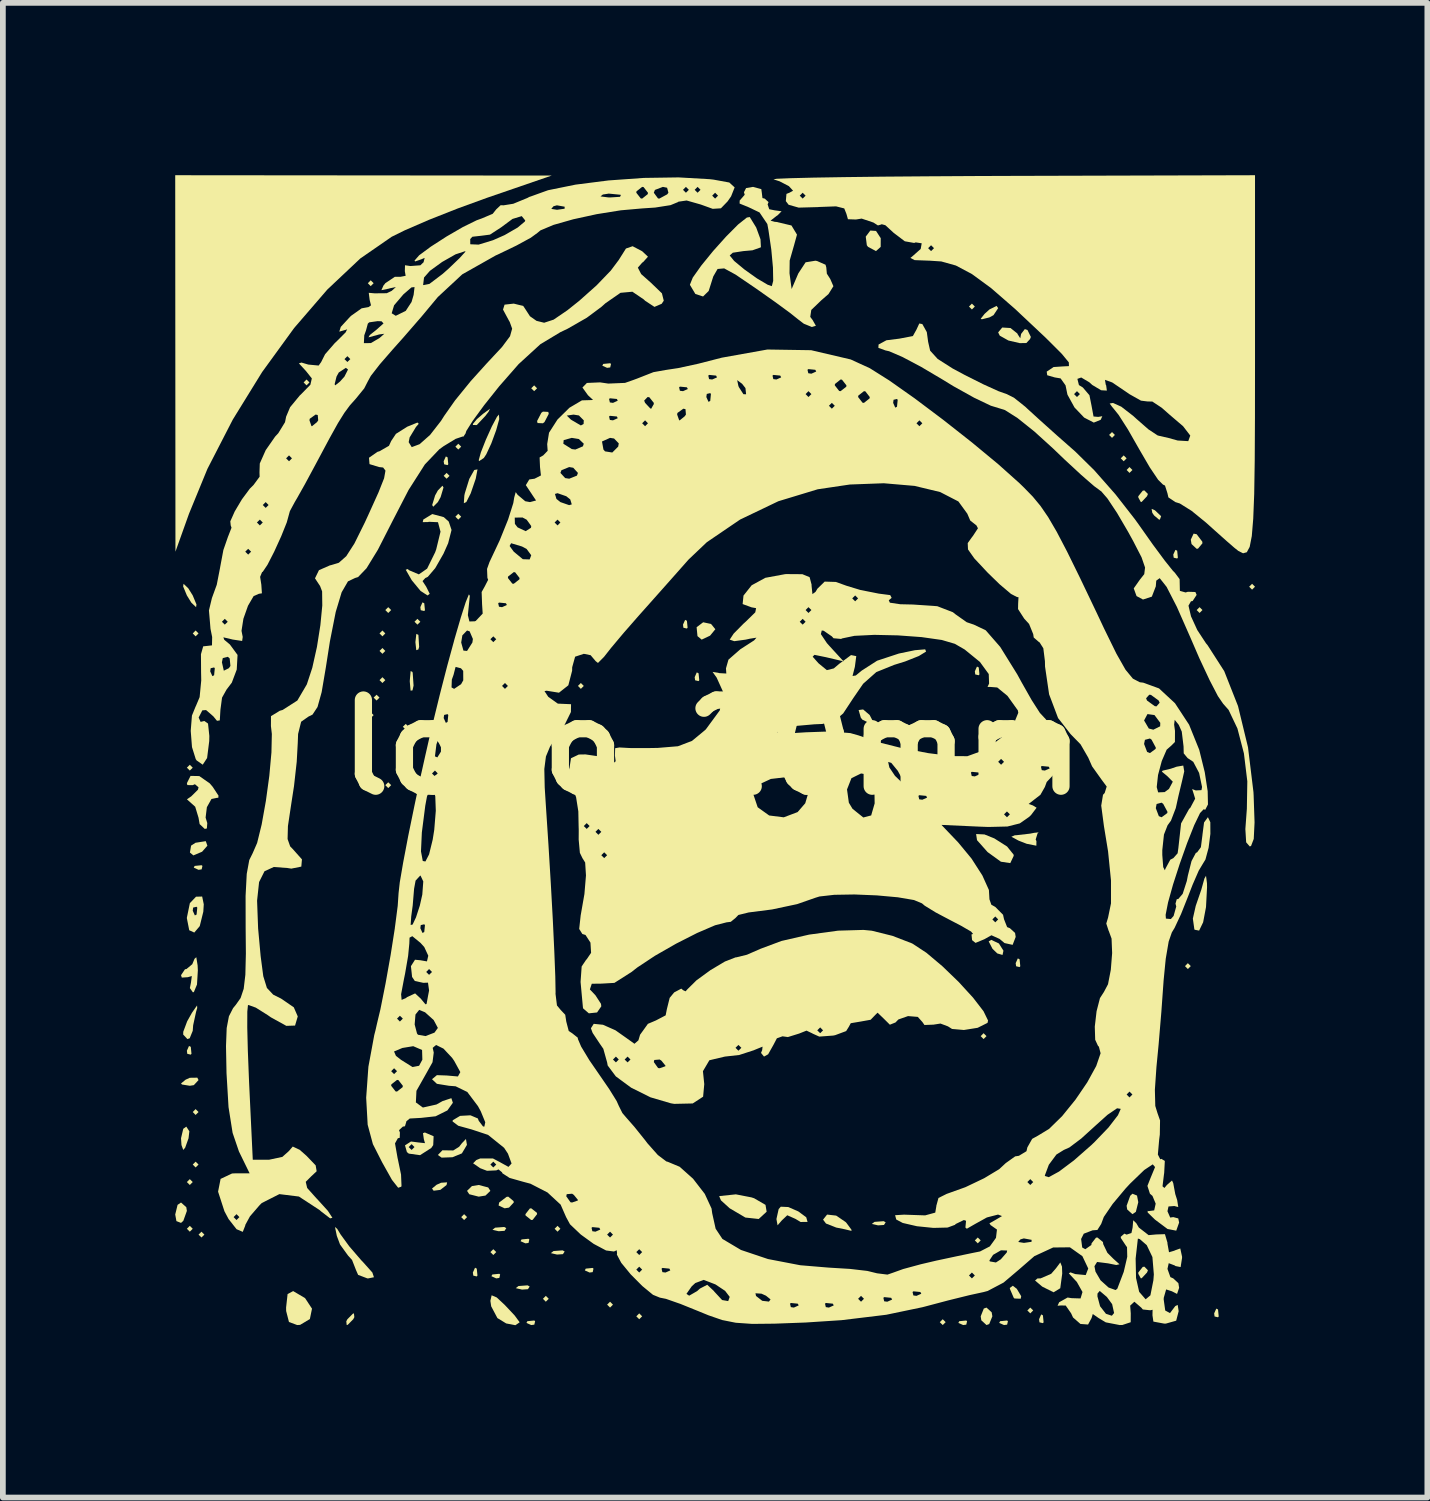
<source format=kicad_pcb>
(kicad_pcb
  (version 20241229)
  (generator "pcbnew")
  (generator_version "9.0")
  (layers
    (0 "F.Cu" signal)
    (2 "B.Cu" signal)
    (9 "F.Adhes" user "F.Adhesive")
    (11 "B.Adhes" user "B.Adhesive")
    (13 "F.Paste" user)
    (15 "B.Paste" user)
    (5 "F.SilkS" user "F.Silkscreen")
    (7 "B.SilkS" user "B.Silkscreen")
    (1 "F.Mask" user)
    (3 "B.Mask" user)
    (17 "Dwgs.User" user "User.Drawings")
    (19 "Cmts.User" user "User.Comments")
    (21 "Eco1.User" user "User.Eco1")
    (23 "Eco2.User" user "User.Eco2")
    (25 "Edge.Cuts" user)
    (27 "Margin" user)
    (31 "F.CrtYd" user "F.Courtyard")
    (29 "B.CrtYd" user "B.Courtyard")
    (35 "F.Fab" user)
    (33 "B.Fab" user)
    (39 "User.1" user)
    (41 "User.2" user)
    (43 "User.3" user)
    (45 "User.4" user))
  (footprint "logo_20mm"
    (layer "F.Cu")
    (at 9.347 9.957)
    (property "Reference" "logo_20mm" (at 0 0 0) (layer "F.SilkS") (effects (font (size 1.5 1.5) (thickness 0.3))))
    (attr board_only exclude_from_pos_files exclude_from_bom)
    (fp_poly (pts (xy -9.042 0.356) (xy -9.093 0.406) (xy -9.144 0.356) (xy -9.093 0.305)) (stroke (width 0) (type solid)) (fill yes) (layer "F.SilkS"))
    (fp_poly (pts (xy -9.042 7.569) (xy -9.093 7.62) (xy -9.144 7.569) (xy -9.093 7.518)) (stroke (width 0) (type solid)) (fill yes) (layer "F.SilkS"))
    (fp_poly (pts (xy -9.042 8.382) (xy -9.093 8.433) (xy -9.144 8.382) (xy -9.093 8.331)) (stroke (width 0) (type solid)) (fill yes) (layer "F.SilkS"))
    (fp_poly (pts (xy -8.941 -1.981) (xy -8.992 -1.93) (xy -9.042 -1.981) (xy -8.992 -2.032)) (stroke (width 0) (type solid)) (fill yes) (layer "F.SilkS"))
    (fp_poly (pts (xy -8.941 6.35) (xy -8.992 6.401) (xy -9.042 6.35) (xy -8.992 6.299)) (stroke (width 0) (type solid)) (fill yes) (layer "F.SilkS"))
    (fp_poly (pts (xy -8.941 7.264) (xy -8.992 7.315) (xy -9.042 7.264) (xy -8.992 7.214)) (stroke (width 0) (type solid)) (fill yes) (layer "F.SilkS"))
    (fp_poly (pts (xy -8.839 8.484) (xy -8.89 8.534) (xy -8.941 8.484) (xy -8.89 8.433)) (stroke (width 0) (type solid)) (fill yes) (layer "F.SilkS"))
    (fp_poly (pts (xy -7.01 -6.35) (xy -7.061 -6.299) (xy -7.112 -6.35) (xy -7.061 -6.401)) (stroke (width 0) (type solid)) (fill yes) (layer "F.SilkS"))
    (fp_poly (pts (xy -5.994 0.356) (xy -6.045 0.406) (xy -6.096 0.356) (xy -6.045 0.305)) (stroke (width 0) (type solid)) (fill yes) (layer "F.SilkS"))
    (fp_poly (pts (xy -5.893 -8.077) (xy -5.944 -8.026) (xy -5.994 -8.077) (xy -5.944 -8.128)) (stroke (width 0) (type solid)) (fill yes) (layer "F.SilkS"))
    (fp_poly (pts (xy -5.893 -0.559) (xy -5.944 -0.508) (xy -5.994 -0.559) (xy -5.944 -0.61)) (stroke (width 0) (type solid)) (fill yes) (layer "F.SilkS"))
    (fp_poly (pts (xy -5.791 -0.864) (xy -5.842 -0.813) (xy -5.893 -0.864) (xy -5.842 -0.914)) (stroke (width 0) (type solid)) (fill yes) (layer "F.SilkS"))
    (fp_poly (pts (xy -5.69 -1.981) (xy -5.74 -1.93) (xy -5.791 -1.981) (xy -5.74 -2.032)) (stroke (width 0) (type solid)) (fill yes) (layer "F.SilkS"))
    (fp_poly (pts (xy -5.69 -1.676) (xy -5.74 -1.626) (xy -5.791 -1.676) (xy -5.74 -1.727)) (stroke (width 0) (type solid)) (fill yes) (layer "F.SilkS"))
    (fp_poly (pts (xy -5.69 -1.168) (xy -5.74 -1.118) (xy -5.791 -1.168) (xy -5.74 -1.219)) (stroke (width 0) (type solid)) (fill yes) (layer "F.SilkS"))
    (fp_poly (pts (xy -5.588 -2.388) (xy -5.639 -2.337) (xy -5.69 -2.388) (xy -5.639 -2.438)) (stroke (width 0) (type solid)) (fill yes) (layer "F.SilkS"))
    (fp_poly (pts (xy -5.588 0.66) (xy -5.639 0.711) (xy -5.69 0.66) (xy -5.639 0.61)) (stroke (width 0) (type solid)) (fill yes) (layer "F.SilkS"))
    (fp_poly (pts (xy -5.283 -0.356) (xy -5.334 -0.305) (xy -5.385 -0.356) (xy -5.334 -0.406)) (stroke (width 0) (type solid)) (fill yes) (layer "F.SilkS"))
    (fp_poly (pts (xy -5.08 -2.184) (xy -5.131 -2.134) (xy -5.182 -2.184) (xy -5.131 -2.235)) (stroke (width 0) (type solid)) (fill yes) (layer "F.SilkS"))
    (fp_poly (pts (xy -4.572 -4.724) (xy -4.623 -4.674) (xy -4.674 -4.724) (xy -4.623 -4.775)) (stroke (width 0) (type solid)) (fill yes) (layer "F.SilkS"))
    (fp_poly (pts (xy -4.369 -5.232) (xy -4.42 -5.182) (xy -4.47 -5.232) (xy -4.42 -5.283)) (stroke (width 0) (type solid)) (fill yes) (layer "F.SilkS"))
    (fp_poly (pts (xy -4.369 -4.013) (xy -4.42 -3.962) (xy -4.47 -4.013) (xy -4.42 -4.064)) (stroke (width 0) (type solid)) (fill yes) (layer "F.SilkS"))
    (fp_poly (pts (xy -4.267 8.179) (xy -4.318 8.23) (xy -4.369 8.179) (xy -4.318 8.128)) (stroke (width 0) (type solid)) (fill yes) (layer "F.SilkS"))
    (fp_poly (pts (xy -3.759 8.788) (xy -3.81 8.839) (xy -3.861 8.788) (xy -3.81 8.738)) (stroke (width 0) (type solid)) (fill yes) (layer "F.SilkS"))
    (fp_poly (pts (xy -3.048 -6.248) (xy -3.099 -6.198) (xy -3.15 -6.248) (xy -3.099 -6.299)) (stroke (width 0) (type solid)) (fill yes) (layer "F.SilkS"))
    (fp_poly (pts (xy -2.845 9.601) (xy -2.896 9.652) (xy -2.946 9.601) (xy -2.896 9.55)) (stroke (width 0) (type solid)) (fill yes) (layer "F.SilkS"))
    (fp_poly (pts (xy -2.642 8.382) (xy -2.692 8.433) (xy -2.743 8.382) (xy -2.692 8.331)) (stroke (width 0) (type solid)) (fill yes) (layer "F.SilkS"))
    (fp_poly (pts (xy -2.235 -1.067) (xy -2.286 -1.016) (xy -2.337 -1.067) (xy -2.286 -1.118)) (stroke (width 0) (type solid)) (fill yes) (layer "F.SilkS"))
    (fp_poly (pts (xy -1.727 9.703) (xy -1.778 9.754) (xy -1.829 9.703) (xy -1.778 9.652)) (stroke (width 0) (type solid)) (fill yes) (layer "F.SilkS"))
    (fp_poly (pts (xy -1.219 9.906) (xy -1.27 9.957) (xy -1.321 9.906) (xy -1.27 9.855)) (stroke (width 0) (type solid)) (fill yes) (layer "F.SilkS"))
    (fp_poly (pts (xy 4.064 10.008) (xy 4.013 10.058) (xy 3.962 10.008) (xy 4.013 9.957)) (stroke (width 0) (type solid)) (fill yes) (layer "F.SilkS"))
    (fp_poly (pts (xy 4.572 -7.671) (xy 4.521 -7.62) (xy 4.47 -7.671) (xy 4.521 -7.722)) (stroke (width 0) (type solid)) (fill yes) (layer "F.SilkS"))
    (fp_poly (pts (xy 4.674 8.585) (xy 4.623 8.636) (xy 4.572 8.585) (xy 4.623 8.534)) (stroke (width 0) (type solid)) (fill yes) (layer "F.SilkS"))
    (fp_poly (pts (xy 4.775 5.029) (xy 4.724 5.08) (xy 4.674 5.029) (xy 4.724 4.978)) (stroke (width 0) (type solid)) (fill yes) (layer "F.SilkS"))
    (fp_poly (pts (xy 5.588 9.804) (xy 5.537 9.855) (xy 5.486 9.804) (xy 5.537 9.754)) (stroke (width 0) (type solid)) (fill yes) (layer "F.SilkS"))
    (fp_poly (pts (xy 7.01 -5.436) (xy 6.96 -5.385) (xy 6.909 -5.436) (xy 6.96 -5.486)) (stroke (width 0) (type solid)) (fill yes) (layer "F.SilkS"))
    (fp_poly (pts (xy 7.214 -5.029) (xy 7.163 -4.978) (xy 7.112 -5.029) (xy 7.163 -5.08)) (stroke (width 0) (type solid)) (fill yes) (layer "F.SilkS"))
    (fp_poly (pts (xy 7.315 -4.826) (xy 7.264 -4.775) (xy 7.214 -4.826) (xy 7.264 -4.877)) (stroke (width 0) (type solid)) (fill yes) (layer "F.SilkS"))
    (fp_poly (pts (xy 8.331 3.81) (xy 8.28 3.861) (xy 8.23 3.81) (xy 8.28 3.759)) (stroke (width 0) (type solid)) (fill yes) (layer "F.SilkS"))
    (fp_poly (pts (xy 8.534 -2.388) (xy 8.484 -2.337) (xy 8.433 -2.388) (xy 8.484 -2.438)) (stroke (width 0) (type solid)) (fill yes) (layer "F.SilkS"))
    (fp_poly (pts (xy 9.449 -2.794) (xy 9.398 -2.743) (xy 9.347 -2.794) (xy 9.398 -2.845)) (stroke (width 0) (type solid)) (fill yes) (layer "F.SilkS"))
    (fp_poly (pts (xy -9.076 5.215) (xy -9.064 5.336) (xy -9.076 5.351) (xy -9.137 5.337) (xy -9.144 5.283) (xy -9.107 5.2)) (stroke (width 0) (type solid)) (fill yes) (layer "F.SilkS"))
    (fp_poly (pts (xy -8.873 2.066) (xy -8.887 2.126) (xy -8.941 2.134) (xy -9.024 2.096) (xy -9.009 2.066) (xy -8.888 2.054)) (stroke (width 0) (type solid)) (fill yes) (layer "F.SilkS"))
    (fp_poly (pts (xy -5.114 -1.956) (xy -5.101 -1.748) (xy -5.114 -1.702) (xy -5.151 -1.689) (xy -5.166 -1.829) (xy -5.15 -1.973)) (stroke (width 0) (type solid)) (fill yes) (layer "F.SilkS"))
    (fp_poly (pts (xy -5.012 -2.506) (xy -5 -2.386) (xy -5.012 -2.371) (xy -5.073 -2.385) (xy -5.08 -2.438) (xy -5.043 -2.522)) (stroke (width 0) (type solid)) (fill yes) (layer "F.SilkS"))
    (fp_poly (pts (xy -4.606 -5.046) (xy -4.594 -4.926) (xy -4.606 -4.911) (xy -4.666 -4.925) (xy -4.674 -4.978) (xy -4.636 -5.062)) (stroke (width 0) (type solid)) (fill yes) (layer "F.SilkS"))
    (fp_poly (pts (xy -4.098 9.076) (xy -4.086 9.197) (xy -4.098 9.212) (xy -4.158 9.198) (xy -4.166 9.144) (xy -4.128 9.06)) (stroke (width 0) (type solid)) (fill yes) (layer "F.SilkS"))
    (fp_poly (pts (xy -3.691 9.178) (xy -3.705 9.238) (xy -3.759 9.246) (xy -3.843 9.208) (xy -3.827 9.178) (xy -3.706 9.166)) (stroke (width 0) (type solid)) (fill yes) (layer "F.SilkS"))
    (fp_poly (pts (xy -3.584 8.371) (xy -3.614 8.418) (xy -3.717 8.425) (xy -3.825 8.4) (xy -3.778 8.363) (xy -3.619 8.351)) (stroke (width 0) (type solid)) (fill yes) (layer "F.SilkS"))
    (fp_poly (pts (xy -3.183 8.568) (xy -3.197 8.629) (xy -3.251 8.636) (xy -3.335 8.599) (xy -3.319 8.568) (xy -3.198 8.556)) (stroke (width 0) (type solid)) (fill yes) (layer "F.SilkS"))
    (fp_poly (pts (xy -3.177 9.387) (xy -3.207 9.434) (xy -3.31 9.441) (xy -3.419 9.416) (xy -3.372 9.379) (xy -3.213 9.367)) (stroke (width 0) (type solid)) (fill yes) (layer "F.SilkS"))
    (fp_poly (pts (xy -3.082 9.991) (xy -3.096 10.051) (xy -3.15 10.058) (xy -3.233 10.021) (xy -3.217 9.991) (xy -3.097 9.979)) (stroke (width 0) (type solid)) (fill yes) (layer "F.SilkS"))
    (fp_poly (pts (xy -2.568 8.778) (xy -2.598 8.824) (xy -2.701 8.831) (xy -2.809 8.806) (xy -2.762 8.77) (xy -2.603 8.758)) (stroke (width 0) (type solid)) (fill yes) (layer "F.SilkS"))
    (fp_poly (pts (xy -2.066 9.076) (xy -2.08 9.137) (xy -2.134 9.144) (xy -2.217 9.107) (xy -2.201 9.076) (xy -2.081 9.064)) (stroke (width 0) (type solid)) (fill yes) (layer "F.SilkS"))
    (fp_poly (pts (xy -1.761 -6.672) (xy -1.775 -6.611) (xy -1.829 -6.604) (xy -1.912 -6.641) (xy -1.897 -6.672) (xy -1.776 -6.684)) (stroke (width 0) (type solid)) (fill yes) (layer "F.SilkS"))
    (fp_poly (pts (xy -0.44 -2.201) (xy -0.428 -2.081) (xy -0.44 -2.066) (xy -0.501 -2.08) (xy -0.508 -2.134) (xy -0.471 -2.217)) (stroke (width 0) (type solid)) (fill yes) (layer "F.SilkS"))
    (fp_poly (pts (xy -0.237 -1.287) (xy -0.225 -1.166) (xy -0.237 -1.151) (xy -0.297 -1.165) (xy -0.305 -1.219) (xy -0.268 -1.303)) (stroke (width 0) (type solid)) (fill yes) (layer "F.SilkS"))
    (fp_poly (pts (xy 3.02 8.27) (xy 2.99 8.316) (xy 2.887 8.323) (xy 2.779 8.298) (xy 2.826 8.262) (xy 2.985 8.25)) (stroke (width 0) (type solid)) (fill yes) (layer "F.SilkS"))
    (fp_poly (pts (xy 4.437 9.991) (xy 4.423 10.051) (xy 4.369 10.058) (xy 4.285 10.021) (xy 4.301 9.991) (xy 4.422 9.979)) (stroke (width 0) (type solid)) (fill yes) (layer "F.SilkS"))
    (fp_poly (pts (xy 4.64 -1.389) (xy 4.652 -1.268) (xy 4.64 -1.253) (xy 4.579 -1.267) (xy 4.572 -1.321) (xy 4.609 -1.404)) (stroke (width 0) (type solid)) (fill yes) (layer "F.SilkS"))
    (fp_poly (pts (xy 5.148 9.991) (xy 5.134 10.051) (xy 5.08 10.058) (xy 4.996 10.021) (xy 5.012 9.991) (xy 5.133 9.979)) (stroke (width 0) (type solid)) (fill yes) (layer "F.SilkS"))
    (fp_poly (pts (xy 5.351 3.691) (xy 5.363 3.812) (xy 5.351 3.827) (xy 5.291 3.813) (xy 5.283 3.759) (xy 5.32 3.676)) (stroke (width 0) (type solid)) (fill yes) (layer "F.SilkS"))
    (fp_poly (pts (xy 5.757 9.889) (xy 5.769 10.01) (xy 5.757 10.025) (xy 5.697 10.011) (xy 5.69 9.957) (xy 5.727 9.873)) (stroke (width 0) (type solid)) (fill yes) (layer "F.SilkS"))
    (fp_poly (pts (xy 8.094 -3.421) (xy 8.106 -3.3) (xy 8.094 -3.285) (xy 8.034 -3.299) (xy 8.026 -3.353) (xy 8.064 -3.436)) (stroke (width 0) (type solid)) (fill yes) (layer "F.SilkS"))
    (fp_poly (pts (xy 8.805 9.787) (xy 8.817 9.908) (xy 8.805 9.923) (xy 8.745 9.909) (xy 8.738 9.855) (xy 8.775 9.772)) (stroke (width 0) (type solid)) (fill yes) (layer "F.SilkS"))
    (fp_poly (pts (xy -8.787 1.714) (xy -8.879 1.819) (xy -9.031 1.883) (xy -9.091 1.833) (xy -9.071 1.713) (xy -8.994 1.663) (xy -8.815 1.635)) (stroke (width 0) (type solid)) (fill yes) (layer "F.SilkS"))
    (fp_poly (pts (xy -4.624 7.621) (xy -4.732 7.705) (xy -4.849 7.72) (xy -4.877 7.682) (xy -4.797 7.616) (xy -4.719 7.581) (xy -4.614 7.574)) (stroke (width 0) (type solid)) (fill yes) (layer "F.SilkS"))
    (fp_poly (pts (xy -0.02 -2.146) (xy 0.055 -2.054) (xy -0.037 -1.942) (xy -0.183 -1.873) (xy -0.256 -1.934) (xy -0.271 -2.089) (xy -0.157 -2.175)) (stroke (width 0) (type solid)) (fill yes) (layer "F.SilkS"))
    (fp_poly (pts (xy 2.741 -0.561) (xy 2.807 -0.434) (xy 2.762 -0.406) (xy 2.613 -0.481) (xy 2.587 -0.515) (xy 2.549 -0.647) (xy 2.627 -0.658)) (stroke (width 0) (type solid)) (fill yes) (layer "F.SilkS"))
    (fp_poly (pts (xy 4.991 3.416) (xy 5.07 3.542) (xy 5.054 3.616) (xy 4.962 3.589) (xy 4.879 3.508) (xy 4.813 3.38) (xy 4.858 3.353)) (stroke (width 0) (type solid)) (fill yes) (layer "F.SilkS"))
    (fp_poly (pts (xy 7.706 -4.125) (xy 7.815 -4.022) (xy 7.793 -3.963) (xy 7.778 -3.962) (xy 7.692 -4.035) (xy 7.661 -4.08) (xy 7.649 -4.149)) (stroke (width 0) (type solid)) (fill yes) (layer "F.SilkS"))
    (fp_poly (pts (xy -9.154 8.007) (xy -9.144 8.071) (xy -9.206 8.244) (xy -9.246 8.28) (xy -9.326 8.249) (xy -9.347 8.134) (xy -9.306 7.966) (xy -9.246 7.925)) (stroke (width 0) (type solid)) (fill yes) (layer "F.SilkS"))
    (fp_poly (pts (xy -9.12 -2.767) (xy -9.042 -2.642) (xy -8.977 -2.485) (xy -8.984 -2.438) (xy -9.066 -2.516) (xy -9.144 -2.642) (xy -9.209 -2.799) (xy -9.202 -2.845)) (stroke (width 0) (type solid)) (fill yes) (layer "F.SilkS"))
    (fp_poly (pts (xy -9.101 6.685) (xy -9.115 6.807) (xy -9.174 6.971) (xy -9.207 7.01) (xy -9.238 6.925) (xy -9.246 6.807) (xy -9.207 6.642) (xy -9.154 6.604)) (stroke (width 0) (type solid)) (fill yes) (layer "F.SilkS"))
    (fp_poly (pts (xy -8.941 5.794) (xy -9.023 5.882) (xy -9.093 5.893) (xy -9.229 5.871) (xy -9.246 5.853) (xy -9.166 5.787) (xy -9.093 5.754) (xy -8.962 5.752)) (stroke (width 0) (type solid)) (fill yes) (layer "F.SilkS"))
    (fp_poly (pts (xy -6.229 9.921) (xy -6.248 9.957) (xy -6.344 10.054) (xy -6.362 10.058) (xy -6.369 9.993) (xy -6.35 9.957) (xy -6.254 9.86) (xy -6.236 9.855)) (stroke (width 0) (type solid)) (fill yes) (layer "F.SilkS"))
    (fp_poly (pts (xy -5.218 -1.311) (xy -5.213 -1.293) (xy -5.198 -1.072) (xy -5.217 -0.989) (xy -5.25 -0.985) (xy -5.264 -1.144) (xy -5.263 -1.168) (xy -5.249 -1.326)) (stroke (width 0) (type solid)) (fill yes) (layer "F.SilkS"))
    (fp_poly (pts (xy -4.677 -4.521) (xy -4.727 -4.354) (xy -4.775 -4.267) (xy -4.856 -4.186) (xy -4.874 -4.216) (xy -4.823 -4.383) (xy -4.775 -4.47) (xy -4.695 -4.552)) (stroke (width 0) (type solid)) (fill yes) (layer "F.SilkS"))
    (fp_poly (pts (xy -3.899 7.663) (xy -3.861 7.722) (xy -3.946 7.804) (xy -4.064 7.823) (xy -4.229 7.781) (xy -4.267 7.722) (xy -4.182 7.639) (xy -4.064 7.62)) (stroke (width 0) (type solid)) (fill yes) (layer "F.SilkS"))
    (fp_poly (pts (xy -3.893 -5.839) (xy -3.949 -5.766) (xy -4.098 -5.608) (xy -4.164 -5.609) (xy -4.166 -5.626) (xy -4.096 -5.711) (xy -3.988 -5.804) (xy -3.867 -5.892)) (stroke (width 0) (type solid)) (fill yes) (layer "F.SilkS"))
    (fp_poly (pts (xy -3.457 7.901) (xy -3.454 7.925) (xy -3.537 8.014) (xy -3.613 8.026) (xy -3.718 7.977) (xy -3.708 7.925) (xy -3.579 7.827) (xy -3.55 7.823)) (stroke (width 0) (type solid)) (fill yes) (layer "F.SilkS"))
    (fp_poly (pts (xy -3.051 8.104) (xy -3.048 8.128) (xy -3.125 8.227) (xy -3.15 8.23) (xy -3.248 8.152) (xy -3.251 8.128) (xy -3.174 8.029) (xy -3.15 8.026)) (stroke (width 0) (type solid)) (fill yes) (layer "F.SilkS"))
    (fp_poly (pts (xy -2.853 -5.837) (xy -2.845 -5.803) (xy -2.919 -5.66) (xy -2.946 -5.639) (xy -3.04 -5.643) (xy -3.048 -5.678) (xy -2.974 -5.821) (xy -2.946 -5.842)) (stroke (width 0) (type solid)) (fill yes) (layer "F.SilkS"))
    (fp_poly (pts (xy 2.852 -8.987) (xy 2.934 -8.861) (xy 2.933 -8.709) (xy 2.851 -8.636) (xy 2.713 -8.71) (xy 2.692 -8.738) (xy 2.673 -8.888) (xy 2.753 -8.994)) (stroke (width 0) (type solid)) (fill yes) (layer "F.SilkS"))
    (fp_poly (pts (xy 4.865 9.836) (xy 4.877 9.906) (xy 4.822 10.041) (xy 4.775 10.058) (xy 4.685 9.976) (xy 4.674 9.906) (xy 4.728 9.771) (xy 4.775 9.754)) (stroke (width 0) (type solid)) (fill yes) (layer "F.SilkS"))
    (fp_poly (pts (xy 4.978 -7.643) (xy 4.897 -7.521) (xy 4.826 -7.482) (xy 4.694 -7.449) (xy 4.674 -7.458) (xy 4.741 -7.543) (xy 4.826 -7.62) (xy 4.95 -7.682)) (stroke (width 0) (type solid)) (fill yes) (layer "F.SilkS"))
    (fp_poly (pts (xy 5.302 9.427) (xy 5.379 9.556) (xy 5.37 9.6) (xy 5.263 9.596) (xy 5.249 9.584) (xy 5.182 9.428) (xy 5.182 9.412) (xy 5.233 9.374)) (stroke (width 0) (type solid)) (fill yes) (layer "F.SilkS"))
    (fp_poly (pts (xy 7.395 7.804) (xy 7.417 7.919) (xy 7.375 8.087) (xy 7.315 8.128) (xy 7.224 8.046) (xy 7.214 7.982) (xy 7.276 7.809) (xy 7.315 7.772)) (stroke (width 0) (type solid)) (fill yes) (layer "F.SilkS"))
    (fp_poly (pts (xy 7.585 -4.408) (xy 7.569 -4.369) (xy 7.478 -4.272) (xy 7.462 -4.267) (xy 7.418 -4.346) (xy 7.417 -4.369) (xy 7.495 -4.466) (xy 7.524 -4.47)) (stroke (width 0) (type solid)) (fill yes) (layer "F.SilkS"))
    (fp_poly (pts (xy 7.585 9.105) (xy 7.569 9.144) (xy 7.478 9.241) (xy 7.462 9.246) (xy 7.418 9.167) (xy 7.417 9.144) (xy 7.495 9.046) (xy 7.524 9.042)) (stroke (width 0) (type solid)) (fill yes) (layer "F.SilkS"))
    (fp_poly (pts (xy 8.433 -3.708) (xy 8.531 -3.579) (xy 8.534 -3.55) (xy 8.457 -3.457) (xy 8.433 -3.454) (xy 8.344 -3.537) (xy 8.331 -3.613) (xy 8.38 -3.718)) (stroke (width 0) (type solid)) (fill yes) (layer "F.SilkS"))
    (fp_poly (pts (xy -4.116 -4.674) (xy -4.203 -4.42) (xy -4.279 -4.269) (xy -4.323 -4.247) (xy -4.314 -4.382) (xy -4.306 -4.42) (xy -4.228 -4.671) (xy -4.141 -4.826) (xy -4.085 -4.836)) (stroke (width 0) (type solid)) (fill yes) (layer "F.SilkS"))
    (fp_poly (pts (xy -4.269 6.922) (xy -4.357 7.07) (xy -4.521 7.137) (xy -4.71 7.144) (xy -4.775 7.098) (xy -4.696 7.016) (xy -4.507 7.019) (xy -4.404 6.954) (xy -4.356 6.892) (xy -4.286 6.819)) (stroke (width 0) (type solid)) (fill yes) (layer "F.SilkS"))
    (fp_poly (pts (xy 2.158 8.153) (xy 2.323 8.265) (xy 2.337 8.28) (xy 2.424 8.398) (xy 2.425 8.419) (xy 2.308 8.391) (xy 2.159 8.361) (xy 1.981 8.291) (xy 1.93 8.223) (xy 2 8.135)) (stroke (width 0) (type solid)) (fill yes) (layer "F.SilkS"))
    (fp_poly (pts (xy 4.739 1.518) (xy 4.911 1.587) (xy 5.133 1.728) (xy 5.246 1.868) (xy 5.249 1.89) (xy 5.189 2.017) (xy 5.026 1.993) (xy 4.794 1.825) (xy 4.61 1.618) (xy 4.594 1.511)) (stroke (width 0) (type solid)) (fill yes) (layer "F.SilkS"))
    (fp_poly (pts (xy -8.964 4.539) (xy -8.984 4.606) (xy -9.035 4.841) (xy -9.042 4.936) (xy -9.095 5.066) (xy -9.135 5.08) (xy -9.208 5.002) (xy -9.207 4.953) (xy -9.139 4.771) (xy -9.056 4.623) (xy -8.967 4.495)) (stroke (width 0) (type solid)) (fill yes) (layer "F.SilkS"))
    (fp_poly (pts (xy -7.095 9.584) (xy -7.085 9.592) (xy -6.966 9.773) (xy -7.003 9.953) (xy -7.173 10.055) (xy -7.224 10.058) (xy -7.367 10.005) (xy -7.416 9.814) (xy -7.417 9.754) (xy -7.391 9.519) (xy -7.294 9.467)) (stroke (width 0) (type solid)) (fill yes) (layer "F.SilkS"))
    (fp_poly (pts (xy 0.684 7.836) (xy 0.73 7.851) (xy 0.928 7.966) (xy 0.948 8.085) (xy 0.81 8.212) (xy 0.578 8.187) (xy 0.305 8.026) (xy 0.153 7.888) (xy 0.122 7.815) (xy 0.127 7.813) (xy 0.412 7.783)) (stroke (width 0) (type solid)) (fill yes) (layer "F.SilkS"))
    (fp_poly (pts (xy 6.089 9.041) (xy 6.093 9.163) (xy 6.059 9.417) (xy 5.943 9.488) (xy 5.745 9.389) (xy 5.62 9.283) (xy 5.662 9.247) (xy 5.716 9.246) (xy 5.901 9.166) (xy 5.986 9.068) (xy 6.06 8.968)) (stroke (width 0) (type solid)) (fill yes) (layer "F.SilkS"))
    (fp_poly (pts (xy -3.75 9.578) (xy -3.607 9.712) (xy -3.438 9.892) (xy -3.355 10.005) (xy -3.353 10.012) (xy -3.426 10.061) (xy -3.586 10.03) (xy -3.738 9.937) (xy -3.739 9.936) (xy -3.847 9.732) (xy -3.861 9.636) (xy -3.839 9.54)) (stroke (width 0) (type solid)) (fill yes) (layer "F.SilkS"))
    (fp_poly (pts (xy -3.707 -5.711) (xy -3.76 -5.519) (xy -3.844 -5.29) (xy -3.933 -5.098) (xy -3.976 -5.034) (xy -4.056 -4.981) (xy -4.064 -4.996) (xy -4.027 -5.131) (xy -3.94 -5.352) (xy -3.835 -5.585) (xy -3.746 -5.752) (xy -3.712 -5.791)) (stroke (width 0) (type solid)) (fill yes) (layer "F.SilkS"))
    (fp_poly (pts (xy 5.664 1.499) (xy 5.631 1.606) (xy 5.644 1.634) (xy 5.643 1.714) (xy 5.475 1.681) (xy 5.334 1.626) (xy 5.208 1.558) (xy 5.267 1.533) (xy 5.3 1.531) (xy 5.535 1.504) (xy 5.605 1.49) (xy 5.684 1.482)) (stroke (width 0) (type solid)) (fill yes) (layer "F.SilkS"))
    (fp_poly (pts (xy 8.613 2.367) (xy 8.614 2.438) (xy 8.596 2.783) (xy 8.546 3.047) (xy 8.476 3.192) (xy 8.399 3.177) (xy 8.393 3.168) (xy 8.367 2.983) (xy 8.417 2.762) (xy 8.513 2.483) (xy 8.568 2.286) (xy 8.596 2.238)) (stroke (width 0) (type solid)) (fill yes) (layer "F.SilkS"))
    (fp_poly (pts (xy 1.325 8.004) (xy 1.499 8.08) (xy 1.637 8.182) (xy 1.66 8.263) (xy 1.539 8.264) (xy 1.449 8.21) (xy 1.307 8.147) (xy 1.213 8.236) (xy 1.138 8.322) (xy 1.119 8.216) (xy 1.119 8.21) (xy 1.157 8.04) (xy 1.194 7.998)) (stroke (width 0) (type solid)) (fill yes) (layer "F.SilkS"))
    (fp_poly (pts (xy 5.193 -7.297) (xy 5.311 -7.203) (xy 5.318 -7.188) (xy 5.363 -7.118) (xy 5.377 -7.194) (xy 5.442 -7.278) (xy 5.488 -7.263) (xy 5.547 -7.142) (xy 5.533 -7.105) (xy 5.469 -7.036) (xy 5.354 -7.034) (xy 5.156 -7.08) (xy 5.006 -7.164) (xy 4.978 -7.221) (xy 5.049 -7.306)) (stroke (width 0) (type solid)) (fill yes) (layer "F.SilkS"))
    (fp_poly (pts (xy -8.957 3.798) (xy -8.953 3.886) (xy -8.968 4.131) (xy -9.022 4.261) (xy -9.039 4.267) (xy -9.092 4.192) (xy -9.073 4.098) (xy -9.058 3.983) (xy -9.127 4.003) (xy -9.232 4.01) (xy -9.246 3.968) (xy -9.177 3.865) (xy -9.151 3.861) (xy -9.05 3.777) (xy -9.011 3.683) (xy -8.98 3.655)) (stroke (width 0) (type solid)) (fill yes) (layer "F.SilkS"))
    (fp_poly (pts (xy -6.527 8.384) (xy -6.469 8.48) (xy -6.318 8.687) (xy -6.107 8.932) (xy -6.078 8.962) (xy -5.915 9.144) (xy -5.888 9.226) (xy -5.987 9.246) (xy -6.002 9.246) (xy -6.163 9.185) (xy -6.198 9.106) (xy -6.269 8.925) (xy -6.339 8.848) (xy -6.478 8.656) (xy -6.534 8.506) (xy -6.566 8.351)) (stroke (width 0) (type solid)) (fill yes) (layer "F.SilkS"))
    (fp_poly (pts (xy -6.071 -9.954) (xy -2.794 -9.951) (xy -3.919 -9.564) (xy -4.43 -9.378) (xy -4.931 -9.18) (xy -5.353 -8.997) (xy -5.578 -8.886) (xy -6.125 -8.508) (xy -6.699 -7.967) (xy -7.277 -7.297) (xy -7.834 -6.531) (xy -8.345 -5.703) (xy -8.786 -4.846) (xy -9.107 -4.064) (xy -9.343 -3.404) (xy -9.345 -6.68) (xy -9.347 -9.957)) (stroke (width 0) (type solid)) (fill yes) (layer "F.SilkS"))
    (fp_poly (pts (xy -8.85 2.734) (xy -8.858 2.863) (xy -8.92 3.114) (xy -9.015 3.226) (xy -9.103 3.186) (xy -9.144 2.978) (xy -9.144 2.966) (xy -9.119 2.845) (xy -9.042 2.845) (xy -9.005 2.928) (xy -8.975 2.913) (xy -8.963 2.792) (xy -8.975 2.777) (xy -9.035 2.791) (xy -9.042 2.845) (xy -9.119 2.845) (xy -9.092 2.714) (xy -8.985 2.602) (xy -8.878 2.599)) (stroke (width 0) (type solid)) (fill yes) (layer "F.SilkS"))
    (fp_poly (pts (xy -4.849 6.772) (xy -4.856 6.926) (xy -4.89 6.976) (xy -5.085 7.101) (xy -5.281 7.074) (xy -5.314 7.047) (xy -5.339 6.96) (xy -5.283 6.96) (xy -5.232 7.01) (xy -5.182 6.96) (xy -5.232 6.909) (xy -5.283 6.96) (xy -5.339 6.96) (xy -5.347 6.93) (xy -5.243 6.863) (xy -5.111 6.88) (xy -4.999 6.892) (xy -5.019 6.824) (xy -5.034 6.718) (xy -5.001 6.706)) (stroke (width 0) (type solid)) (fill yes) (layer "F.SilkS"))
    (fp_poly (pts (xy -8.928 0.502) (xy -8.746 0.629) (xy -8.694 0.69) (xy -8.593 0.844) (xy -8.599 0.885) (xy -8.611 0.879) (xy -8.716 0.901) (xy -8.796 1.044) (xy -8.818 1.225) (xy -8.789 1.32) (xy -8.796 1.414) (xy -8.833 1.422) (xy -8.922 1.338) (xy -8.941 1.228) (xy -8.999 1.036) (xy -9.068 0.974) (xy -9.143 0.907) (xy -9.068 0.855) (xy -8.951 0.739) (xy -8.941 0.697) (xy -9.004 0.644) (xy -9.042 0.66) (xy -9.136 0.659) (xy -9.144 0.626) (xy -9.08 0.499)) (stroke (width 0) (type solid)) (fill yes) (layer "F.SilkS"))
    (fp_poly (pts (xy -4.672 -4.005) (xy -4.586 -3.928) (xy -4.537 -3.782) (xy -4.596 -3.551) (xy -4.677 -3.369) (xy -4.821 -3.117) (xy -4.95 -2.966) (xy -4.993 -2.946) (xy -5.042 -2.892) (xy -4.978 -2.794) (xy -4.917 -2.671) (xy -4.954 -2.642) (xy -5.075 -2.719) (xy -5.229 -2.906) (xy -5.238 -2.921) (xy -5.334 -3.089) (xy -5.302 -3.102) (xy -5.272 -3.079) (xy -5.106 -3.009) (xy -4.962 -3.109) (xy -4.822 -3.394) (xy -4.804 -3.444) (xy -4.729 -3.752) (xy -4.773 -3.917) (xy -4.931 -3.924) (xy -4.943 -3.92) (xy -5.039 -3.918) (xy -5.028 -3.964) (xy -4.872 -4.059)) (stroke (width 0) (type solid)) (fill yes) (layer "F.SilkS"))
    (fp_poly (pts (xy 0.855 -9.715) (xy 0.864 -9.652) (xy 0.875 -9.559) (xy 0.914 -9.55) (xy 0.981 -9.489) (xy 0.965 -9.449) (xy 0.993 -9.365) (xy 1.086 -9.346) (xy 1.208 -9.329) (xy 1.138 -9.259) (xy 1.118 -9.246) (xy 1.016 -9.166) (xy 1.092 -9.145) (xy 1.118 -9.144) (xy 1.38 -9.082) (xy 1.476 -8.923) (xy 1.427 -8.745) (xy 1.349 -8.472) (xy 1.346 -8.25) (xy 1.383 -7.976) (xy 1.499 -8.247) (xy 1.626 -8.441) (xy 1.798 -8.469) (xy 1.827 -8.463) (xy 1.973 -8.399) (xy 1.986 -8.353) (xy 1.996 -8.243) (xy 2.055 -8.151) (xy 2.11 -8.025) (xy 2.025 -7.889) (xy 1.901 -7.781) (xy 1.725 -7.612) (xy 1.707 -7.491) (xy 1.747 -7.438) (xy 1.805 -7.336) (xy 1.735 -7.315) (xy 1.595 -7.372) (xy 1.503 -7.442) (xy 1.355 -7.56) (xy 1.093 -7.752) (xy 0.77 -7.98) (xy 0.732 -8.006) (xy 0.407 -8.227) (xy 0.209 -8.335) (xy 0.094 -8.325) (xy 0.019 -8.195) (xy -0.061 -7.942) (xy -0.159 -7.846) (xy -0.293 -7.89) (xy -0.386 -8.046) (xy -0.387 -8.053) (xy -0.338 -8.175) (xy -0.19 -8.384) (xy 0.016 -8.637) (xy 0.243 -8.89) (xy 0.451 -9.099) (xy 0.603 -9.22) (xy 0.654 -9.229) (xy 0.766 -9.047) (xy 0.841 -8.842) (xy 0.848 -8.707) (xy 0.843 -8.7) (xy 0.701 -8.65) (xy 0.542 -8.636) (xy 0.359 -8.608) (xy 0.305 -8.56) (xy 0.382 -8.465) (xy 0.563 -8.315) (xy 0.781 -8.16) (xy 0.967 -8.05) (xy 1.038 -8.026) (xy 1.062 -8.117) (xy 1.058 -8.348) (xy 1.029 -8.662) (xy 0.98 -8.998) (xy 0.96 -9.107) (xy 0.824 -9.309) (xy 0.636 -9.399) (xy 0.477 -9.464) (xy 0.479 -9.519) (xy 0.483 -9.521) (xy 0.566 -9.617) (xy 0.553 -9.661) (xy 0.59 -9.733) (xy 0.711 -9.754)) (stroke (width 0) (type solid)) (fill yes) (layer "F.SilkS"))
    (fp_poly (pts (xy 3.658 -7.366) (xy 3.736 -7.226) (xy 3.759 -7.057) (xy 3.794 -6.903) (xy 3.925 -6.759) (xy 4.187 -6.592) (xy 4.394 -6.481) (xy 4.723 -6.316) (xy 4.983 -6.198) (xy 5.121 -6.149) (xy 5.123 -6.149) (xy 5.253 -6.084) (xy 5.451 -5.926) (xy 5.486 -5.893) (xy 5.702 -5.696) (xy 6.004 -5.425) (xy 6.321 -5.146) (xy 6.651 -4.821) (xy 7.02 -4.402) (xy 7.358 -3.969) (xy 7.425 -3.876) (xy 7.67 -3.529) (xy 7.879 -3.247) (xy 8.019 -3.072) (xy 8.054 -3.037) (xy 8.136 -2.927) (xy 8.137 -2.91) (xy 8.141 -2.722) (xy 8.241 -2.694) (xy 8.28 -2.706) (xy 8.411 -2.702) (xy 8.433 -2.652) (xy 8.363 -2.545) (xy 8.334 -2.54) (xy 8.291 -2.464) (xy 8.335 -2.278) (xy 8.444 -2.04) (xy 8.595 -1.81) (xy 8.622 -1.778) (xy 8.913 -1.325) (xy 9.153 -0.717) (xy 9.327 0.001) (xy 9.422 0.782) (xy 9.425 0.838) (xy 9.441 1.308) (xy 9.427 1.596) (xy 9.38 1.719) (xy 9.357 1.727) (xy 9.295 1.655) (xy 9.281 1.425) (xy 9.307 1.072) (xy 9.315 0.594) (xy 9.256 0.108) (xy 9.143 -0.326) (xy 8.989 -0.65) (xy 8.894 -0.757) (xy 8.803 -0.89) (xy 8.658 -1.169) (xy 8.48 -1.549) (xy 8.326 -1.905) (xy 8.088 -2.445) (xy 7.91 -2.791) (xy 7.79 -2.943) (xy 7.73 -2.9) (xy 7.722 -2.8) (xy 7.653 -2.621) (xy 7.499 -2.571) (xy 7.387 -2.631) (xy 7.338 -2.765) (xy 7.442 -2.913) (xy 7.521 -3.013) (xy 7.535 -3.128) (xy 7.474 -3.306) (xy 7.326 -3.593) (xy 7.239 -3.751) (xy 7.047 -4.079) (xy 6.88 -4.33) (xy 6.771 -4.456) (xy 6.762 -4.461) (xy 6.647 -4.546) (xy 6.424 -4.74) (xy 6.131 -5.011) (xy 5.936 -5.198) (xy 5.608 -5.496) (xy 5.315 -5.73) (xy 5.096 -5.869) (xy 5.02 -5.893) (xy 4.85 -5.945) (xy 4.561 -6.083) (xy 4.2 -6.284) (xy 4.012 -6.399) (xy 3.637 -6.621) (xy 3.31 -6.794) (xy 3.08 -6.893) (xy 3.017 -6.907) (xy 2.893 -6.952) (xy 2.896 -7.01) (xy 3.033 -7.084) (xy 3.257 -7.112) (xy 3.493 -7.157) (xy 3.556 -7.27) (xy 3.605 -7.376)) (stroke (width 0) (type solid)) (fill yes) (layer "F.SilkS"))
    (fp_poly (pts (xy 2.779 3.194) (xy 3.137 3.283) (xy 3.472 3.412) (xy 3.49 3.421) (xy 3.729 3.578) (xy 4.007 3.812) (xy 4.289 4.084) (xy 4.54 4.358) (xy 4.723 4.595) (xy 4.802 4.757) (xy 4.793 4.798) (xy 4.621 4.884) (xy 4.382 4.922) (xy 4.175 4.904) (xy 4.104 4.859) (xy 3.974 4.81) (xy 3.852 4.829) (xy 3.695 4.835) (xy 3.658 4.782) (xy 3.579 4.694) (xy 3.409 4.68) (xy 3.241 4.739) (xy 3.191 4.791) (xy 3.093 4.83) (xy 2.982 4.72) (xy 2.879 4.621) (xy 2.845 4.654) (xy 2.758 4.744) (xy 2.585 4.775) (xy 2.412 4.804) (xy 2.38 4.864) (xy 2.332 4.941) (xy 2.141 5.012) (xy 2.107 5.019) (xy 1.864 5.037) (xy 1.746 4.984) (xy 1.745 4.982) (xy 1.642 4.933) (xy 1.514 4.984) (xy 1.318 5.045) (xy 1.224 5.032) (xy 1.126 5.067) (xy 1.067 5.18) (xy 0.974 5.345) (xy 0.902 5.385) (xy 0.85 5.321) (xy 0.87 5.273) (xy 0.877 5.212) (xy 0.737 5.269) (xy 0.73 5.273) (xy 0.471 5.357) (xy 0.221 5.385) (xy -0.049 5.449) (xy -0.161 5.639) (xy -0.138 5.865) (xy -0.158 6.083) (xy -0.339 6.201) (xy -0.661 6.208) (xy -0.72 6.198) (xy -1.074 6.094) (xy -1.411 5.926) (xy -1.677 5.73) (xy -1.819 5.54) (xy -1.829 5.485) (xy -1.843 5.436) (xy -1.727 5.436) (xy -1.676 5.486) (xy -1.626 5.436) (xy -1.524 5.436) (xy -1.473 5.486) (xy -1.467 5.48) (xy -1.016 5.48) (xy -0.942 5.584) (xy -0.914 5.588) (xy -0.815 5.553) (xy -0.813 5.543) (xy -0.884 5.456) (xy -0.914 5.436) (xy -1.008 5.444) (xy -1.016 5.48) (xy -1.467 5.48) (xy -1.422 5.436) (xy -1.473 5.385) (xy -1.524 5.436) (xy -1.626 5.436) (xy -1.676 5.385) (xy -1.727 5.436) (xy -1.843 5.436) (xy -1.895 5.249) (xy -1.907 5.232) (xy 0.406 5.232) (xy 0.457 5.283) (xy 0.508 5.232) (xy 0.457 5.182) (xy 0.406 5.232) (xy -1.907 5.232) (xy -1.956 5.161) (xy -2.081 4.973) (xy -2.111 4.892) (xy -2.062 4.815) (xy -1.901 4.831) (xy -1.684 4.927) (xy -1.494 5.061) (xy -1.353 5.162) (xy -1.284 5.102) (xy -1.255 5.004) (xy -1.2 4.928) (xy 1.829 4.928) (xy 1.88 4.978) (xy 1.93 4.928) (xy 1.88 4.877) (xy 1.829 4.928) (xy -1.2 4.928) (xy -1.119 4.815) (xy -0.98 4.756) (xy -0.81 4.667) (xy -0.789 4.56) (xy -0.74 4.363) (xy -0.662 4.268) (xy -0.538 4.202) (xy -0.506 4.229) (xy -0.463 4.249) (xy -0.43 4.212) (xy -0.273 4.057) (xy -0.03 3.88) (xy 0.222 3.73) (xy 0.407 3.658) (xy 0.422 3.657) (xy 0.605 3.612) (xy 0.843 3.508) (xy 1.207 3.372) (xy 1.686 3.262) (xy 2.191 3.193) (xy 2.634 3.18)) (stroke (width 0) (type solid)) (fill yes) (layer "F.SilkS"))
    (fp_poly (pts (xy 9.449 -6.672) (xy 9.448 -5.739) (xy 9.444 -4.99) (xy 9.435 -4.409) (xy 9.418 -3.977) (xy 9.393 -3.676) (xy 9.356 -3.487) (xy 9.306 -3.394) (xy 9.241 -3.376) (xy 9.159 -3.417) (xy 9.092 -3.47) (xy 8.963 -3.582) (xy 8.743 -3.778) (xy 8.596 -3.91) (xy 8.346 -4.114) (xy 8.14 -4.243) (xy 8.063 -4.267) (xy 7.941 -4.349) (xy 7.925 -4.42) (xy 7.882 -4.555) (xy 7.847 -4.572) (xy 7.763 -4.655) (xy 7.617 -4.872) (xy 7.438 -5.179) (xy 7.422 -5.207) (xy 7.236 -5.533) (xy 7.074 -5.786) (xy 6.97 -5.915) (xy 6.967 -5.917) (xy 6.919 -5.983) (xy 6.977 -5.993) (xy 7.121 -5.928) (xy 7.33 -5.766) (xy 7.386 -5.715) (xy 7.594 -5.533) (xy 7.751 -5.429) (xy 7.774 -5.422) (xy 7.944 -5.383) (xy 8.103 -5.339) (xy 8.287 -5.328) (xy 8.322 -5.425) (xy 8.196 -5.589) (xy 8.172 -5.609) (xy 7.965 -5.786) (xy 7.824 -5.91) (xy 7.662 -6.017) (xy 7.576 -6.019) (xy 7.464 -6.033) (xy 7.265 -6.145) (xy 7.216 -6.179) (xy 6.963 -6.35) (xy 6.837 -6.395) (xy 6.851 -6.31) (xy 6.858 -6.299) (xy 6.87 -6.208) (xy 6.77 -6.214) (xy 6.616 -6.306) (xy 6.567 -6.351) (xy 6.424 -6.436) (xy 6.357 -6.412) (xy 6.384 -6.304) (xy 6.452 -6.262) (xy 6.567 -6.127) (xy 6.604 -5.941) (xy 6.638 -5.757) (xy 6.721 -5.75) (xy 6.791 -5.762) (xy 6.763 -5.7) (xy 6.643 -5.651) (xy 6.475 -5.738) (xy 6.307 -5.914) (xy 6.185 -6.136) (xy 6.182 -6.147) (xy 6.299 -6.147) (xy 6.35 -6.096) (xy 6.401 -6.147) (xy 6.35 -6.198) (xy 6.299 -6.147) (xy 6.182 -6.147) (xy 6.151 -6.299) (xy 6.065 -6.42) (xy 5.964 -6.437) (xy 5.832 -6.475) (xy 5.823 -6.538) (xy 5.943 -6.618) (xy 6.107 -6.629) (xy 6.21 -6.634) (xy 6.208 -6.699) (xy 6.086 -6.847) (xy 5.829 -7.104) (xy 5.791 -7.141) (xy 5.269 -7.632) (xy 4.855 -7.992) (xy 4.522 -8.236) (xy 4.242 -8.385) (xy 3.988 -8.456) (xy 3.791 -8.469) (xy 3.524 -8.479) (xy 3.45 -8.517) (xy 3.496 -8.555) (xy 3.629 -8.673) (xy 3.632 -8.687) (xy 3.759 -8.687) (xy 3.81 -8.636) (xy 3.861 -8.687) (xy 3.81 -8.738) (xy 3.759 -8.687) (xy 3.632 -8.687) (xy 3.647 -8.772) (xy 3.543 -8.788) (xy 3.516 -8.778) (xy 3.353 -8.807) (xy 3.161 -8.952) (xy 3.16 -8.953) (xy 3.014 -9.087) (xy 2.947 -9.105) (xy 2.946 -9.1) (xy 2.885 -9.083) (xy 2.807 -9.133) (xy 2.602 -9.202) (xy 2.502 -9.186) (xy 2.363 -9.191) (xy 2.337 -9.283) (xy 2.299 -9.379) (xy 2.156 -9.415) (xy 1.861 -9.404) (xy 1.837 -9.402) (xy 1.505 -9.393) (xy 1.33 -9.443) (xy 1.282 -9.506) (xy 1.29 -9.601) (xy 1.524 -9.601) (xy 1.575 -9.55) (xy 1.626 -9.601) (xy 1.575 -9.652) (xy 1.524 -9.601) (xy 1.29 -9.601) (xy 1.293 -9.632) (xy 1.344 -9.652) (xy 1.408 -9.687) (xy 1.335 -9.767) (xy 1.171 -9.852) (xy 1.067 -9.884) (xy 1.121 -9.895) (xy 1.359 -9.905) (xy 1.76 -9.915) (xy 2.306 -9.924) (xy 2.977 -9.932) (xy 3.753 -9.938) (xy 4.614 -9.943) (xy 5.156 -9.945) (xy 9.449 -9.957)) (stroke (width 0) (type solid)) (fill yes) (layer "F.SilkS"))
    (fp_poly (pts (xy -1.219 -8.634) (xy -1.118 -8.539) (xy -1.199 -8.448) (xy -1.219 -8.434) (xy -1.294 -8.348) (xy -1.236 -8.236) (xy -1.067 -8.086) (xy -0.875 -7.901) (xy -0.843 -7.773) (xy -0.879 -7.719) (xy -1.005 -7.665) (xy -1.168 -7.772) (xy -1.19 -7.794) (xy -1.389 -7.929) (xy -1.596 -7.91) (xy -1.857 -7.729) (xy -1.93 -7.664) (xy -2.183 -7.476) (xy -2.516 -7.285) (xy -2.642 -7.225) (xy -2.991 -7.015) (xy -3.369 -6.669) (xy -3.708 -6.282) (xy -3.97 -5.953) (xy -4.169 -5.681) (xy -4.28 -5.505) (xy -4.293 -5.462) (xy -4.331 -5.406) (xy -4.343 -5.409) (xy -4.465 -5.368) (xy -4.677 -5.239) (xy -4.751 -5.185) (xy -5.001 -4.923) (xy -5.285 -4.478) (xy -5.562 -3.942) (xy -5.819 -3.438) (xy -6.017 -3.115) (xy -6.164 -2.962) (xy -6.216 -2.946) (xy -6.34 -2.887) (xy -6.45 -2.697) (xy -6.553 -2.355) (xy -6.654 -1.844) (xy -6.726 -1.383) (xy -6.798 -0.959) (xy -6.87 -0.7) (xy -6.957 -0.568) (xy -7.028 -0.533) (xy -7.155 -0.444) (xy -7.208 -0.231) (xy -7.214 -0.073) (xy -7.232 0.254) (xy -7.279 0.675) (xy -7.329 0.999) (xy -7.385 1.373) (xy -7.391 1.598) (xy -7.346 1.726) (xy -7.303 1.77) (xy -7.141 1.952) (xy -7.152 2.078) (xy -7.326 2.113) (xy -7.397 2.102) (xy -7.632 2.085) (xy -7.793 2.159) (xy -7.887 2.347) (xy -7.922 2.671) (xy -7.904 3.154) (xy -7.86 3.636) (xy -7.814 3.986) (xy -7.751 4.19) (xy -7.641 4.307) (xy -7.505 4.375) (xy -7.283 4.527) (xy -7.214 4.686) (xy -7.261 4.845) (xy -7.413 4.85) (xy -7.681 4.702) (xy -7.737 4.663) (xy -7.944 4.533) (xy -8.071 4.487) (xy -8.081 4.491) (xy -8.092 4.602) (xy -8.093 4.878) (xy -8.083 5.278) (xy -8.064 5.763) (xy -8.06 5.857) (xy -7.997 7.18) (xy -7.711 7.18) (xy -7.482 7.131) (xy -7.368 7.029) (xy -7.301 6.951) (xy -7.18 7.008) (xy -7.061 7.113) (xy -6.902 7.279) (xy -6.885 7.381) (xy -6.98 7.47) (xy -7.075 7.565) (xy -7.05 7.672) (xy -6.89 7.851) (xy -6.876 7.865) (xy -6.689 8.071) (xy -6.611 8.191) (xy -6.65 8.201) (xy -6.809 8.079) (xy -6.833 8.057) (xy -7.194 7.821) (xy -7.534 7.779) (xy -7.84 7.934) (xy -7.876 7.969) (xy -8.046 8.166) (xy -8.127 8.315) (xy -8.128 8.327) (xy -8.171 8.436) (xy -8.279 8.39) (xy -8.418 8.213) (xy -8.436 8.179) (xy -8.331 8.179) (xy -8.28 8.23) (xy -8.23 8.179) (xy -8.28 8.128) (xy -8.331 8.179) (xy -8.436 8.179) (xy -8.49 8.078) (xy -8.601 7.736) (xy -8.557 7.514) (xy -8.358 7.42) (xy -8.296 7.417) (xy -8.052 7.417) (xy -8.238 7.036) (xy -8.348 6.713) (xy -8.419 6.264) (xy -8.454 5.675) (xy -8.463 5.203) (xy -8.451 4.888) (xy -8.412 4.683) (xy -8.34 4.542) (xy -8.293 4.485) (xy -8.209 4.366) (xy -8.155 4.205) (xy -8.126 3.961) (xy -8.117 3.591) (xy -8.121 3.142) (xy -8.122 2.588) (xy -8.102 2.205) (xy -8.058 1.964) (xy -7.998 1.843) (xy -7.921 1.666) (xy -7.842 1.344) (xy -7.769 0.936) (xy -7.709 0.498) (xy -7.672 0.09) (xy -7.665 -0.231) (xy -7.681 -0.368) (xy -7.68 -0.541) (xy -7.526 -0.635) (xy -7.477 -0.649) (xy -7.221 -0.813) (xy -7.056 -1.094) (xy -6.961 -1.383) (xy -6.88 -1.746) (xy -6.82 -2.126) (xy -6.787 -2.467) (xy -6.79 -2.713) (xy -6.825 -2.805) (xy -6.914 -2.94) (xy -6.845 -3.082) (xy -6.651 -3.167) (xy -6.641 -3.168) (xy -6.499 -3.211) (xy -6.37 -3.325) (xy -6.228 -3.546) (xy -6.047 -3.911) (xy -5.988 -4.039) (xy -5.809 -4.435) (xy -5.711 -4.682) (xy -5.687 -4.815) (xy -5.728 -4.869) (xy -5.798 -4.877) (xy -5.965 -4.928) (xy -5.974 -5.039) (xy -5.826 -5.142) (xy -5.791 -5.152) (xy -5.626 -5.247) (xy -5.588 -5.33) (xy -5.505 -5.455) (xy -5.309 -5.579) (xy -5.13 -5.652) (xy -5.108 -5.63) (xy -5.156 -5.575) (xy -5.267 -5.392) (xy -5.283 -5.31) (xy -5.23 -5.224) (xy -5.093 -5.275) (xy -4.911 -5.436) (xy -4.72 -5.681) (xy -4.667 -5.765) (xy -4.476 -6.037) (xy -4.201 -6.375) (xy -3.924 -6.682) (xy -3.659 -6.966) (xy -3.519 -7.154) (xy -3.482 -7.286) (xy -3.525 -7.405) (xy -3.533 -7.417) (xy -3.641 -7.618) (xy -3.614 -7.704) (xy -3.454 -7.722) (xy -3.289 -7.681) (xy -3.251 -7.624) (xy -3.172 -7.502) (xy -3.058 -7.422) (xy -2.925 -7.389) (xy -2.76 -7.443) (xy -2.521 -7.606) (xy -2.314 -7.771) (xy -2.013 -8.039) (xy -1.764 -8.298) (xy -1.627 -8.481) (xy -1.501 -8.681) (xy -1.385 -8.721)) (stroke (width 0) (type solid)) (fill yes) (layer "F.SilkS"))
    (fp_poly (pts (xy -0.044 -9.888) (xy 0.025 -9.88) (xy 0.298 -9.83) (xy 0.391 -9.745) (xy 0.329 -9.589) (xy 0.268 -9.501) (xy 0.152 -9.381) (xy 0.009 -9.372) (xy -0.199 -9.447) (xy -0.445 -9.517) (xy -0.589 -9.496) (xy -0.594 -9.49) (xy -0.725 -9.436) (xy -0.992 -9.394) (xy -1.219 -9.379) (xy -1.592 -9.346) (xy -2.01 -9.279) (xy -2.418 -9.19) (xy -2.763 -9.092) (xy -2.989 -8.997) (xy -3.042 -8.953) (xy -3.157 -8.869) (xy -3.407 -8.733) (xy -3.739 -8.573) (xy -3.767 -8.561) (xy -4.351 -8.231) (xy -4.774 -7.838) (xy -4.783 -7.828) (xy -5.056 -7.5) (xy -5.378 -7.129) (xy -5.561 -6.924) (xy -5.785 -6.666) (xy -5.942 -6.464) (xy -5.993 -6.371) (xy -6.057 -6.246) (xy -6.202 -6.068) (xy -6.308 -5.949) (xy -6.403 -5.82) (xy -6.514 -5.642) (xy -6.664 -5.372) (xy -6.878 -4.971) (xy -6.929 -4.876) (xy -7.089 -4.579) (xy -7.223 -4.341) (xy -7.267 -4.266) (xy -7.351 -4.11) (xy -7.364 -4.063) (xy -7.405 -3.914) (xy -7.502 -3.672) (xy -7.624 -3.404) (xy -7.741 -3.176) (xy -7.823 -3.054) (xy -7.835 -3.048) (xy -7.869 -2.966) (xy -7.848 -2.829) (xy -7.838 -2.679) (xy -7.89 -2.671) (xy -7.982 -2.631) (xy -8.08 -2.463) (xy -8.16 -2.237) (xy -8.193 -2.026) (xy -8.172 -1.92) (xy -8.182 -1.85) (xy -8.344 -1.874) (xy -8.509 -1.913) (xy -8.493 -1.87) (xy -8.395 -1.788) (xy -8.262 -1.607) (xy -8.276 -1.352) (xy -8.362 -1.124) (xy -8.454 -1.003) (xy -8.532 -0.863) (xy -8.56 -0.653) (xy -8.571 -0.467) (xy -8.62 -0.46) (xy -8.684 -0.538) (xy -8.81 -0.647) (xy -8.875 -0.642) (xy -8.939 -0.517) (xy -8.905 -0.441) (xy -8.84 -0.457) (xy -8.776 -0.412) (xy -8.753 -0.196) (xy -8.755 -0.107) (xy -8.792 0.188) (xy -8.868 0.304) (xy -8.974 0.23) (xy -8.99 0.206) (xy -9.055 -0.002) (xy -9.077 -0.285) (xy -9.056 -0.551) (xy -8.991 -0.711) (xy -8.989 -0.713) (xy -8.922 -0.872) (xy -8.894 -1.163) (xy -8.897 -1.313) (xy -8.897 -1.321) (xy -8.738 -1.321) (xy -8.7 -1.237) (xy -8.67 -1.253) (xy -8.658 -1.374) (xy -8.67 -1.389) (xy -8.73 -1.375) (xy -8.738 -1.321) (xy -8.897 -1.321) (xy -8.898 -1.479) (xy -8.534 -1.479) (xy -8.501 -1.332) (xy -8.413 -1.376) (xy -8.386 -1.415) (xy -8.399 -1.546) (xy -8.431 -1.574) (xy -8.519 -1.552) (xy -8.534 -1.479) (xy -8.898 -1.479) (xy -8.899 -1.619) (xy -8.86 -1.756) (xy -8.788 -1.764) (xy -8.707 -1.773) (xy -8.704 -1.918) (xy -8.733 -2.062) (xy -8.743 -2.184) (xy -8.534 -2.184) (xy -8.484 -2.134) (xy -8.433 -2.184) (xy -8.484 -2.235) (xy -8.534 -2.184) (xy -8.743 -2.184) (xy -8.76 -2.381) (xy -8.708 -2.597) (xy -8.624 -2.828) (xy -8.566 -3.125) (xy -8.565 -3.133) (xy -8.514 -3.404) (xy -8.128 -3.404) (xy -8.077 -3.353) (xy -8.026 -3.404) (xy -8.077 -3.454) (xy -8.128 -3.404) (xy -8.514 -3.404) (xy -8.509 -3.432) (xy -8.427 -3.668) (xy -8.425 -3.672) (xy -8.367 -3.821) (xy -8.381 -3.861) (xy -8.386 -3.912) (xy -7.925 -3.912) (xy -7.874 -3.861) (xy -7.823 -3.912) (xy -7.874 -3.962) (xy -7.925 -3.912) (xy -8.386 -3.912) (xy -8.388 -3.932) (xy -8.311 -4.105) (xy -8.245 -4.216) (xy -7.823 -4.216) (xy -7.772 -4.166) (xy -7.722 -4.216) (xy -7.772 -4.267) (xy -7.823 -4.216) (xy -8.245 -4.216) (xy -8.186 -4.315) (xy -8.049 -4.5) (xy -7.983 -4.566) (xy -7.878 -4.709) (xy -7.88 -4.785) (xy -7.875 -4.939) (xy -7.835 -5.029) (xy -7.417 -5.029) (xy -7.366 -4.978) (xy -7.315 -5.029) (xy -7.366 -5.08) (xy -7.417 -5.029) (xy -7.835 -5.029) (xy -7.772 -5.171) (xy -7.607 -5.408) (xy -7.553 -5.466) (xy -7.436 -5.657) (xy -7.429 -5.69) (xy -7.01 -5.69) (xy -6.976 -5.591) (xy -6.966 -5.588) (xy -6.879 -5.659) (xy -6.858 -5.69) (xy -6.866 -5.783) (xy -6.903 -5.791) (xy -7.006 -5.717) (xy -7.01 -5.69) (xy -7.429 -5.69) (xy -7.417 -5.753) (xy -7.347 -5.919) (xy -7.178 -6.124) (xy -7.159 -6.141) (xy -6.994 -6.31) (xy -6.992 -6.319) (xy -6.572 -6.319) (xy -6.562 -6.299) (xy -6.478 -6.366) (xy -6.401 -6.452) (xy -6.339 -6.575) (xy -6.377 -6.604) (xy -6.5 -6.523) (xy -6.539 -6.452) (xy -6.572 -6.319) (xy -6.992 -6.319) (xy -6.969 -6.42) (xy -7.07 -6.547) (xy -7.078 -6.556) (xy -7.194 -6.682) (xy -7.149 -6.696) (xy -7.031 -6.661) (xy -6.85 -6.644) (xy -6.807 -6.704) (xy -6.781 -6.756) (xy -6.401 -6.756) (xy -6.35 -6.706) (xy -6.299 -6.756) (xy -6.35 -6.807) (xy -6.401 -6.756) (xy -6.781 -6.756) (xy -6.738 -6.841) (xy -6.57 -7.034) (xy -6.063 -7.034) (xy -5.941 -7.035) (xy -5.791 -7.123) (xy -5.707 -7.197) (xy -5.798 -7.185) (xy -5.842 -7.172) (xy -5.983 -7.135) (xy -5.959 -7.176) (xy -5.848 -7.264) (xy -5.721 -7.377) (xy -5.755 -7.414) (xy -5.823 -7.417) (xy -5.97 -7.396) (xy -5.994 -7.374) (xy -6.026 -7.255) (xy -6.056 -7.171) (xy -6.063 -7.034) (xy -6.57 -7.034) (xy -6.568 -7.036) (xy -6.528 -7.074) (xy -6.381 -7.221) (xy -6.354 -7.275) (xy -6.375 -7.267) (xy -6.491 -7.234) (xy -6.465 -7.317) (xy -6.305 -7.491) (xy -6.284 -7.511) (xy -6.223 -7.554) (xy -5.579 -7.554) (xy -5.508 -7.51) (xy -5.334 -7.596) (xy -5.233 -7.751) (xy -5.197 -7.874) (xy -5.181 -8.01) (xy -5.235 -8.004) (xy -5.375 -7.883) (xy -5.537 -7.693) (xy -5.579 -7.554) (xy -6.223 -7.554) (xy -6.102 -7.64) (xy -5.98 -7.662) (xy -5.939 -7.692) (xy -5.962 -7.785) (xy -5.978 -7.91) (xy -5.876 -7.901) (xy -5.665 -7.903) (xy -5.579 -7.944) (xy -5.506 -8.01) (xy -5.609 -7.989) (xy -5.628 -7.983) (xy -5.758 -7.956) (xy -5.722 -8.037) (xy -5.716 -8.044) (xy -5.032 -8.044) (xy -4.922 -8.065) (xy -4.692 -8.239) (xy -4.588 -8.331) (xy -4.398 -8.513) (xy -4.299 -8.622) (xy -4.296 -8.636) (xy -4.467 -8.58) (xy -4.701 -8.447) (xy -4.913 -8.293) (xy -5.016 -8.176) (xy -5.032 -8.044) (xy -5.716 -8.044) (xy -5.688 -8.079) (xy -5.523 -8.189) (xy -5.424 -8.189) (xy -5.336 -8.206) (xy -5.35 -8.287) (xy -5.347 -8.39) (xy -5.254 -8.376) (xy -5.08 -8.389) (xy -5.024 -8.442) (xy -5.005 -8.518) (xy -5.064 -8.493) (xy -5.17 -8.456) (xy -5.182 -8.47) (xy -5.101 -8.563) (xy -4.897 -8.714) (xy -4.692 -8.846) (xy -4.212 -8.846) (xy -4.211 -8.755) (xy -4.066 -8.749) (xy -3.814 -8.826) (xy -3.613 -8.915) (xy -3.386 -9.046) (xy -3.261 -9.151) (xy -3.254 -9.169) (xy -3.315 -9.245) (xy -3.476 -9.196) (xy -3.673 -9.05) (xy -3.868 -8.923) (xy -4.014 -8.904) (xy -4.174 -8.886) (xy -4.212 -8.846) (xy -4.692 -8.846) (xy -4.624 -8.89) (xy -4.341 -9.054) (xy -4.101 -9.172) (xy -4.01 -9.205) (xy -3.821 -9.285) (xy -3.759 -9.363) (xy -3.75 -9.371) (xy -2.801 -9.371) (xy -2.701 -9.355) (xy -2.569 -9.374) (xy -2.568 -9.409) (xy -2.703 -9.433) (xy -2.762 -9.417) (xy -2.801 -9.371) (xy -3.75 -9.371) (xy -3.682 -9.435) (xy -3.632 -9.433) (xy -3.463 -9.46) (xy -3.217 -9.561) (xy -3.184 -9.579) (xy -3.156 -9.588) (xy -1.944 -9.588) (xy -1.81 -9.571) (xy -1.778 -9.57) (xy -1.604 -9.581) (xy -1.589 -9.613) (xy -1.598 -9.617) (xy -1.8 -9.637) (xy -1.903 -9.621) (xy -1.944 -9.588) (xy -3.156 -9.588) (xy -2.979 -9.652) (xy -1.321 -9.652) (xy -1.243 -9.553) (xy -1.219 -9.55) (xy -1.121 -9.628) (xy -1.118 -9.652) (xy -1.016 -9.652) (xy -0.943 -9.553) (xy -0.92 -9.55) (xy -0.826 -9.601) (xy 0 -9.601) (xy 0.051 -9.55) (xy 0.102 -9.601) (xy 0.051 -9.652) (xy 0 -9.601) (xy -0.826 -9.601) (xy -0.783 -9.624) (xy -0.762 -9.652) (xy -0.775 -9.703) (xy -0.508 -9.703) (xy -0.457 -9.652) (xy -0.406 -9.703) (xy -0.305 -9.703) (xy -0.254 -9.652) (xy -0.203 -9.703) (xy -0.254 -9.754) (xy -0.305 -9.703) (xy -0.406 -9.703) (xy -0.457 -9.754) (xy -0.508 -9.703) (xy -0.775 -9.703) (xy -0.785 -9.739) (xy -0.858 -9.754) (xy -0.997 -9.701) (xy -1.016 -9.652) (xy -1.118 -9.652) (xy -1.195 -9.751) (xy -1.219 -9.754) (xy -1.318 -9.676) (xy -1.321 -9.652) (xy -2.979 -9.652) (xy -2.856 -9.696) (xy -2.379 -9.793) (xy -1.806 -9.866) (xy -1.19 -9.91) (xy -0.585 -9.919)) (stroke (width 0) (type solid)) (fill yes) (layer "F.SilkS"))
    (fp_poly (pts (xy 1.57 -3.012) (xy 1.696 -2.96) (xy 1.73 -2.831) (xy 1.73 -2.811) (xy 1.745 -2.665) (xy 1.8 -2.706) (xy 1.832 -2.76) (xy 1.958 -2.883) (xy 2.154 -2.877) (xy 2.337 -2.811) (xy 2.577 -2.738) (xy 2.899 -2.674) (xy 3.099 -2.648) (xy 3.124 -2.6) (xy 3.074 -2.558) (xy 3.093 -2.516) (xy 3.274 -2.489) (xy 3.495 -2.484) (xy 3.918 -2.455) (xy 4.19 -2.35) (xy 4.239 -2.311) (xy 4.431 -2.176) (xy 4.555 -2.134) (xy 4.761 -2.036) (xy 5.014 -1.746) (xy 5.31 -1.269) (xy 5.386 -1.13) (xy 5.561 -0.821) (xy 5.704 -0.598) (xy 5.787 -0.508) (xy 5.789 -0.508) (xy 5.861 -0.421) (xy 5.959 -0.202) (xy 5.998 -0.09) (xy 6.077 0.181) (xy 6.075 0.333) (xy 5.989 0.436) (xy 5.964 0.455) (xy 5.823 0.605) (xy 5.791 0.692) (xy 5.713 0.829) (xy 5.613 0.906) (xy 5.508 0.988) (xy 5.582 1.013) (xy 5.647 1.053) (xy 5.55 1.181) (xy 5.515 1.214) (xy 5.354 1.326) (xy 5.139 1.38) (xy 4.808 1.388) (xy 4.647 1.382) (xy 3.991 1.352) (xy 4.282 1.657) (xy 4.514 1.938) (xy 4.703 2.232) (xy 4.817 2.485) (xy 4.826 2.642) (xy 4.825 2.643) (xy 4.859 2.741) (xy 4.928 2.78) (xy 5.063 2.916) (xy 5.08 2.994) (xy 5.134 3.131) (xy 5.182 3.15) (xy 5.272 3.232) (xy 5.283 3.302) (xy 5.23 3.44) (xy 5.089 3.409) (xy 5.003 3.337) (xy 4.861 3.273) (xy 4.738 3.342) (xy 4.584 3.406) (xy 4.524 3.358) (xy 4.514 3.259) (xy 4.541 3.25) (xy 4.507 3.209) (xy 4.333 3.108) (xy 4.166 3.021) (xy 4.12 2.997) (xy 4.877 2.997) (xy 4.928 3.048) (xy 4.978 2.997) (xy 4.928 2.946) (xy 4.877 2.997) (xy 4.12 2.997) (xy 3.891 2.876) (xy 3.699 2.758) (xy 3.652 2.718) (xy 3.513 2.66) (xy 3.231 2.612) (xy 2.866 2.579) (xy 2.477 2.563) (xy 2.125 2.569) (xy 1.868 2.598) (xy 1.8 2.619) (xy 1.479 2.731) (xy 1.042 2.824) (xy 0.635 2.876) (xy 0.456 2.92) (xy 0.406 2.972) (xy 0.324 3.039) (xy 0.251 3.048) (xy 0.051 3.099) (xy -0.261 3.233) (xy -0.629 3.42) (xy -0.996 3.63) (xy -1.304 3.834) (xy -1.405 3.913) (xy -1.702 4.102) (xy -1.929 4.115) (xy -2.096 4.117) (xy -2.129 4.216) (xy -2.032 4.318) (xy -1.936 4.466) (xy -1.93 4.51) (xy -2.004 4.617) (xy -2.147 4.632) (xy -2.246 4.547) (xy -2.25 4.53) (xy -2.291 4.086) (xy -2.272 3.816) (xy -2.192 3.697) (xy -2.187 3.695) (xy -2.108 3.579) (xy -2.119 3.401) (xy -2.205 3.268) (xy -2.26 3.251) (xy -2.315 3.163) (xy -2.289 2.925) (xy -2.288 2.921) (xy -2.224 2.555) (xy -2.197 2.232) (xy -2.211 2.007) (xy -2.259 1.93) (xy -2.283 1.88) (xy -1.93 1.88) (xy -1.88 1.93) (xy -1.829 1.88) (xy -1.88 1.829) (xy -1.93 1.88) (xy -2.283 1.88) (xy -2.303 1.839) (xy -2.324 1.607) (xy -2.323 1.473) (xy -2.032 1.473) (xy -1.981 1.524) (xy -1.93 1.473) (xy -1.981 1.422) (xy -2.032 1.473) (xy -2.323 1.473) (xy -2.323 1.438) (xy -2.325 1.372) (xy -2.235 1.372) (xy -2.184 1.422) (xy -2.134 1.372) (xy -2.184 1.321) (xy -2.235 1.372) (xy -2.325 1.372) (xy -2.33 1.117) (xy -2.369 0.87) (xy -2.395 0.804) (xy 0.711 0.804) (xy 0.792 1.045) (xy 0.992 1.188) (xy 1.246 1.22) (xy 1.487 1.129) (xy 1.62 0.975) (xy 1.691 0.735) (xy 2.347 0.735) (xy 2.379 0.966) (xy 2.443 1.072) (xy 2.631 1.223) (xy 2.768 1.187) (xy 2.773 1.168) (xy 5.08 1.168) (xy 5.131 1.219) (xy 5.182 1.168) (xy 5.131 1.118) (xy 5.08 1.168) (xy 2.773 1.168) (xy 2.828 0.978) (xy 2.826 0.847) (xy 3.59 0.847) (xy 3.604 0.907) (xy 3.658 0.914) (xy 3.741 0.877) (xy 3.725 0.847) (xy 3.605 0.835) (xy 3.59 0.847) (xy 2.826 0.847) (xy 2.826 0.838) (xy 2.781 0.579) (xy 2.684 0.471) (xy 2.591 0.457) (xy 2.424 0.539) (xy 2.347 0.735) (xy 1.691 0.735) (xy 1.698 0.713) (xy 1.604 0.554) (xy 1.391 0.509) (xy 1.021 0.552) (xy 0.783 0.663) (xy 0.711 0.804) (xy -2.395 0.804) (xy -2.396 0.803) (xy -2.466 0.596) (xy -2.488 0.389) (xy -2.458 0.192) (xy -2.322 0.127) (xy -2.206 0.125) (xy -1.981 0.158) (xy -1.87 0.219) (xy -1.754 0.306) (xy -1.695 0.256) (xy 3.063 0.256) (xy 3.084 0.352) (xy 3.182 0.498) (xy 3.289 0.601) (xy 3.315 0.61) (xy 3.3 0.537) (xy 3.256 0.457) (xy 3.962 0.457) (xy 4.013 0.508) (xy 4.064 0.457) (xy 4.047 0.44) (xy 4.504 0.44) (xy 4.518 0.501) (xy 4.572 0.508) (xy 4.656 0.471) (xy 4.64 0.44) (xy 4.519 0.428) (xy 4.504 0.44) (xy 4.047 0.44) (xy 4.013 0.406) (xy 3.962 0.457) (xy 3.256 0.457) (xy 3.231 0.411) (xy 3.172 0.339) (xy 5.723 0.339) (xy 5.737 0.399) (xy 5.791 0.406) (xy 5.875 0.369) (xy 5.859 0.339) (xy 5.738 0.327) (xy 5.723 0.339) (xy 3.172 0.339) (xy 3.119 0.274) (xy 3.063 0.256) (xy -1.695 0.256) (xy -1.692 0.254) (xy 4.978 0.254) (xy 5.029 0.305) (xy 5.08 0.254) (xy 5.029 0.203) (xy 4.978 0.254) (xy -1.692 0.254) (xy -1.68 0.244) (xy -1.693 0.145) (xy -1.689 0.017) (xy -1.614 0.004) (xy -1.436 0.014) (xy -1.137 0.015) (xy -0.948 0.012) (xy -0.596 -0.017) (xy -0.352 -0.11) (xy -0.182 -0.25) (xy 1.127 -0.25) (xy 1.281 -0.238) (xy 1.632 -0.26) (xy 1.633 -0.26) (xy 2.061 -0.275) (xy 2.405 -0.246) (xy 2.547 -0.206) (xy 2.877 -0.091) (xy 3.307 0.017) (xy 3.762 0.103) (xy 4.169 0.154) (xy 4.442 0.156) (xy 4.762 0.04) (xy 5.076 -0.2) (xy 5.079 -0.202) (xy 5.256 -0.423) (xy 5.328 -0.599) (xy 5.321 -0.641) (xy 5.14 -0.894) (xy 4.962 -1.04) (xy 4.848 -1.049) (xy 4.793 -1.05) (xy 4.82 -1.108) (xy 4.814 -1.274) (xy 4.66 -1.485) (xy 4.395 -1.701) (xy 4.224 -1.8) (xy 3.997 -1.867) (xy 3.645 -1.917) (xy 3.233 -1.947) (xy 2.822 -1.956) (xy 2.477 -1.939) (xy 2.261 -1.894) (xy 2.244 -1.885) (xy 2.112 -1.897) (xy 2.084 -1.929) (xy 1.94 -2.028) (xy 1.907 -2.032) (xy 1.892 -1.969) (xy 1.997 -1.812) (xy 2.04 -1.764) (xy 2.28 -1.502) (xy 2.417 -1.604) (xy 2.508 -1.586) (xy 2.484 -1.402) (xy 2.483 -1.397) (xy 2.443 -1.24) (xy 2.5 -1.249) (xy 2.603 -1.334) (xy 2.871 -1.506) (xy 3.25 -1.631) (xy 3.53 -1.689) (xy 3.708 -1.704) (xy 3.723 -1.665) (xy 3.598 -1.588) (xy 3.359 -1.493) (xy 3.169 -1.434) (xy 2.857 -1.308) (xy 2.628 -1.105) (xy 2.458 -0.858) (xy 2.28 -0.588) (xy 2.123 -0.453) (xy 1.918 -0.405) (xy 1.779 -0.399) (xy 1.461 -0.371) (xy 1.202 -0.311) (xy 1.168 -0.297) (xy 1.127 -0.25) (xy -0.182 -0.25) (xy -0.121 -0.301) (xy -0.109 -0.313) (xy 0.132 -0.641) (xy 0.157 -0.762) (xy 1.93 -0.762) (xy 1.981 -0.711) (xy 2.032 -0.762) (xy 1.981 -0.813) (xy 1.93 -0.762) (xy 0.157 -0.762) (xy 0.196 -0.95) (xy 0.077 -1.213) (xy 0.076 -1.214) (xy 0.007 -1.311) (xy 0.104 -1.296) (xy 0.122 -1.29) (xy 0.246 -1.283) (xy 0.24 -1.373) (xy 0.283 -1.524) (xy 0.342 -1.576) (xy 1.749 -1.576) (xy 1.851 -1.461) (xy 1.996 -1.342) (xy 2.117 -1.372) (xy 2.215 -1.455) (xy 2.274 -1.498) (xy 2.286 -1.495) (xy 2.28 -1.502) (xy 2.274 -1.498) (xy 1.981 -1.567) (xy 1.78 -1.608) (xy 1.749 -1.576) (xy 0.342 -1.576) (xy 0.491 -1.706) (xy 0.524 -1.727) (xy 0.73 -1.86) (xy 0.771 -1.907) (xy 0.656 -1.889) (xy 0.584 -1.873) (xy 0.384 -1.846) (xy 0.305 -1.873) (xy 0.374 -1.978) (xy 0.544 -2.15) (xy 0.582 -2.184) (xy 1.524 -2.184) (xy 1.575 -2.134) (xy 1.626 -2.184) (xy 1.575 -2.235) (xy 1.524 -2.184) (xy 0.582 -2.184) (xy 0.584 -2.186) (xy 0.75 -2.348) (xy 0.758 -2.388) (xy 1.626 -2.388) (xy 1.676 -2.337) (xy 1.727 -2.388) (xy 1.676 -2.438) (xy 1.626 -2.388) (xy 0.758 -2.388) (xy 0.764 -2.421) (xy 0.686 -2.435) (xy 0.53 -2.492) (xy 0.54 -2.591) (xy 2.438 -2.591) (xy 2.489 -2.54) (xy 2.54 -2.591) (xy 2.489 -2.642) (xy 2.438 -2.591) (xy 0.54 -2.591) (xy 0.545 -2.64) (xy 0.687 -2.819) (xy 0.925 -2.949) (xy 1.271 -3.013) (xy 1.297 -3.014)) (stroke (width 0) (type solid)) (fill yes) (layer "F.SilkS"))
    (fp_poly (pts (xy 1.723 -6.911) (xy 2.411 -6.75) (xy 2.745 -6.597) (xy 3.083 -6.384) (xy 3.524 -6.073) (xy 4.019 -5.701) (xy 4.521 -5.306) (xy 4.98 -4.926) (xy 5.348 -4.597) (xy 5.429 -4.518) (xy 5.581 -4.362) (xy 5.715 -4.2) (xy 5.848 -4.006) (xy 5.997 -3.751) (xy 6.177 -3.407) (xy 6.404 -2.945) (xy 6.694 -2.338) (xy 6.823 -2.064) (xy 7.036 -1.629) (xy 7.195 -1.349) (xy 7.323 -1.194) (xy 7.444 -1.131) (xy 7.503 -1.124) (xy 7.778 -1.024) (xy 8.056 -0.766) (xy 8.302 -0.391) (xy 8.478 0.045) (xy 8.574 0.434) (xy 8.625 0.765) (xy 8.63 0.996) (xy 8.583 1.088) (xy 8.555 1.08) (xy 8.492 1.146) (xy 8.39 1.358) (xy 8.267 1.669) (xy 8.139 2.029) (xy 8.022 2.39) (xy 7.935 2.703) (xy 7.893 2.918) (xy 7.898 2.983) (xy 7.984 2.991) (xy 8.032 2.937) (xy 8.078 2.772) (xy 8.065 2.723) (xy 8.087 2.645) (xy 8.113 2.642) (xy 8.19 2.552) (xy 8.262 2.328) (xy 8.28 2.235) (xy 8.344 1.981) (xy 8.419 1.84) (xy 8.442 1.829) (xy 8.507 1.74) (xy 8.534 1.528) (xy 8.534 1.524) (xy 8.562 1.31) (xy 8.628 1.219) (xy 8.63 1.219) (xy 8.671 1.305) (xy 8.672 1.508) (xy 8.641 1.751) (xy 8.586 1.955) (xy 8.539 2.032) (xy 8.469 2.149) (xy 8.362 2.395) (xy 8.286 2.591) (xy 8.162 2.903) (xy 8.049 3.145) (xy 8.001 3.224) (xy 7.946 3.383) (xy 7.895 3.682) (xy 7.858 4.059) (xy 7.856 4.088) (xy 7.819 4.603) (xy 7.771 5.175) (xy 7.733 5.568) (xy 7.706 5.962) (xy 7.713 6.244) (xy 7.751 6.368) (xy 7.796 6.496) (xy 7.792 6.743) (xy 7.781 6.827) (xy 7.758 7.09) (xy 7.8 7.173) (xy 7.819 7.165) (xy 7.879 7.201) (xy 7.868 7.411) (xy 7.864 7.437) (xy 7.839 7.643) (xy 7.872 7.672) (xy 7.915 7.62) (xy 8.004 7.542) (xy 8.025 7.586) (xy 8.061 7.779) (xy 8.094 7.882) (xy 8.113 8.004) (xy 8.044 7.986) (xy 7.943 7.994) (xy 7.925 8.077) (xy 7.973 8.187) (xy 8.026 8.179) (xy 8.113 8.202) (xy 8.128 8.274) (xy 8.078 8.415) (xy 7.926 8.386) (xy 7.707 8.222) (xy 7.58 8.098) (xy 7.581 8.069) (xy 7.595 8.075) (xy 7.694 8.062) (xy 7.72 7.945) (xy 7.664 7.81) (xy 7.62 7.772) (xy 7.576 7.636) (xy 7.628 7.504) (xy 7.709 7.308) (xy 7.669 7.261) (xy 7.521 7.359) (xy 7.276 7.595) (xy 7.197 7.68) (xy 6.971 7.95) (xy 6.817 8.176) (xy 6.771 8.299) (xy 6.705 8.403) (xy 6.622 8.409) (xy 6.468 8.468) (xy 6.422 8.56) (xy 6.441 8.708) (xy 6.495 8.738) (xy 6.6 8.665) (xy 6.604 8.636) (xy 6.681 8.537) (xy 6.706 8.534) (xy 6.802 8.613) (xy 6.807 8.65) (xy 6.879 8.8) (xy 6.985 8.906) (xy 7.09 9) (xy 7.034 9.013) (xy 6.89 8.984) (xy 6.7 8.96) (xy 6.654 9.034) (xy 6.672 9.128) (xy 6.76 9.279) (xy 6.9 9.405) (xy 7.022 9.449) (xy 7.052 9.426) (xy 7.164 9.132) (xy 7.218 8.901) (xy 7.371 8.901) (xy 7.378 9.239) (xy 7.431 9.474) (xy 7.435 9.483) (xy 7.545 9.61) (xy 7.628 9.541) (xy 7.68 9.279) (xy 7.688 9.177) (xy 7.663 8.874) (xy 7.564 8.667) (xy 7.443 8.562) (xy 7.41 8.553) (xy 7.371 8.901) (xy 7.218 8.901) (xy 7.225 8.869) (xy 7.221 8.702) (xy 7.205 8.681) (xy 7.114 8.544) (xy 7.112 8.522) (xy 7.175 8.467) (xy 7.214 8.484) (xy 7.298 8.456) (xy 7.318 8.363) (xy 7.329 8.234) (xy 7.382 8.285) (xy 7.427 8.361) (xy 7.597 8.493) (xy 7.729 8.481) (xy 7.881 8.476) (xy 7.925 8.625) (xy 7.925 8.642) (xy 7.952 8.791) (xy 8.047 8.763) (xy 8.052 8.759) (xy 8.148 8.725) (xy 8.179 8.867) (xy 8.179 8.89) (xy 8.154 9.049) (xy 8.064 9.031) (xy 8.052 9.021) (xy 7.947 8.981) (xy 7.925 9.081) (xy 7.976 9.224) (xy 8.026 9.246) (xy 8.115 9.329) (xy 8.128 9.41) (xy 8.092 9.516) (xy 8.001 9.47) (xy 7.902 9.438) (xy 7.861 9.582) (xy 7.859 9.61) (xy 7.886 9.805) (xy 7.969 9.85) (xy 8.061 9.728) (xy 8.103 9.708) (xy 8.12 9.817) (xy 8.077 9.982) (xy 7.897 10.033) (xy 7.868 10.033) (xy 7.68 9.998) (xy 7.664 9.888) (xy 7.666 9.792) (xy 7.626 9.801) (xy 7.496 9.787) (xy 7.469 9.755) (xy 7.349 9.652) (xy 7.276 9.72) (xy 7.286 9.855) (xy 7.285 10.009) (xy 7.14 10.057) (xy 7.093 10.058) (xy 6.851 10.011) (xy 6.726 9.936) (xy 6.625 9.866) (xy 6.604 9.936) (xy 6.543 10.049) (xy 6.41 10.039) (xy 6.281 9.926) (xy 6.248 9.854) (xy 6.154 9.719) (xy 6.073 9.717) (xy 6.012 9.722) (xy 6.04 9.661) (xy 6.187 9.579) (xy 6.255 9.59) (xy 6.412 9.595) (xy 6.423 9.559) (xy 6.706 9.559) (xy 6.752 9.731) (xy 6.854 9.862) (xy 6.957 9.896) (xy 6.996 9.849) (xy 6.962 9.694) (xy 6.87 9.569) (xy 6.746 9.464) (xy 6.707 9.51) (xy 6.706 9.559) (xy 6.423 9.559) (xy 6.446 9.483) (xy 6.347 9.307) (xy 6.326 9.285) (xy 6.208 9.158) (xy 6.236 9.141) (xy 6.321 9.171) (xy 6.502 9.188) (xy 6.546 9.074) (xy 6.444 8.859) (xy 6.227 8.705) (xy 5.935 8.708) (xy 5.608 8.859) (xy 5.334 9.097) (xy 5.072 9.319) (xy 4.795 9.465) (xy 4.724 9.484) (xy 4.477 9.538) (xy 4.109 9.629) (xy 3.697 9.738) (xy 3.658 9.748) (xy 3.03 9.879) (xy 2.253 9.973) (xy 1.626 10.014) (xy 1.085 10.034) (xy 0.697 10.038) (xy 0.41 10.018) (xy 0.174 9.971) (xy -0.063 9.889) (xy -0.244 9.815) (xy -0.563 9.686) (xy -0.565 9.686) (xy 1.355 9.686) (xy 1.369 9.746) (xy 1.422 9.754) (xy 1.506 9.716) (xy 1.49 9.686) (xy 1.964 9.686) (xy 1.978 9.746) (xy 2.032 9.754) (xy 2.116 9.716) (xy 2.1 9.686) (xy 1.979 9.674) (xy 1.964 9.686) (xy 1.49 9.686) (xy 1.37 9.674) (xy 1.355 9.686) (xy -0.565 9.686) (xy -0.805 9.602) (xy -0.91 9.581) (xy -1.03 9.532) (xy -1.051 9.515) (xy -0.448 9.515) (xy -0.401 9.547) (xy -0.262 9.467) (xy -0.213 9.423) (xy -0.086 9.357) (xy 0.031 9.467) (xy 0.035 9.474) (xy 0.173 9.623) (xy 0.279 9.641) (xy 0.305 9.568) (xy 0.257 9.505) (xy 0.753 9.505) (xy 0.763 9.552) (xy 0.871 9.636) (xy 0.988 9.65) (xy 1.016 9.612) (xy 1.003 9.601) (xy 2.54 9.601) (xy 2.591 9.652) (xy 2.642 9.601) (xy 2.625 9.584) (xy 2.98 9.584) (xy 2.994 9.645) (xy 3.048 9.652) (xy 3.132 9.615) (xy 3.116 9.584) (xy 2.995 9.572) (xy 2.98 9.584) (xy 2.625 9.584) (xy 2.591 9.55) (xy 2.54 9.601) (xy 1.003 9.601) (xy 0.936 9.547) (xy 0.858 9.512) (xy 0.753 9.505) (xy 0.257 9.505) (xy 0.24 9.483) (xy 3.488 9.483) (xy 3.502 9.543) (xy 3.556 9.55) (xy 3.64 9.513) (xy 3.624 9.483) (xy 3.503 9.471) (xy 3.488 9.483) (xy 0.24 9.483) (xy 0.225 9.463) (xy 0.057 9.351) (xy -0.147 9.272) (xy -0.294 9.327) (xy -0.356 9.384) (xy -0.448 9.515) (xy -1.051 9.515) (xy -1.216 9.379) (xy -1.399 9.195) (xy 4.47 9.195) (xy 4.521 9.246) (xy 4.572 9.195) (xy 4.521 9.144) (xy 4.47 9.195) (xy -1.399 9.195) (xy -1.418 9.176) (xy -1.486 9.093) (xy -1.321 9.093) (xy -1.27 9.144) (xy -1.219 9.093) (xy -1.236 9.076) (xy -0.881 9.076) (xy -0.867 9.137) (xy -0.813 9.144) (xy -0.729 9.107) (xy -0.745 9.076) (xy -0.866 9.064) (xy -0.881 9.076) (xy -1.236 9.076) (xy -1.27 9.042) (xy -1.321 9.093) (xy -1.486 9.093) (xy -1.583 8.975) (xy -1.659 8.832) (xy -1.656 8.806) (xy -1.658 8.788) (xy -1.321 8.788) (xy -1.27 8.839) (xy -1.219 8.788) (xy -1.27 8.738) (xy -1.321 8.788) (xy -1.658 8.788) (xy -1.662 8.756) (xy -1.71 8.778) (xy -1.847 8.76) (xy -2.063 8.645) (xy -2.285 8.484) (xy -1.829 8.484) (xy -1.778 8.534) (xy -1.727 8.484) (xy -1.778 8.433) (xy -1.829 8.484) (xy -2.285 8.484) (xy -2.293 8.477) (xy -2.411 8.365) (xy -2.1 8.365) (xy -2.086 8.425) (xy -2.032 8.433) (xy -1.948 8.396) (xy -1.964 8.365) (xy -2.085 8.353) (xy -2.1 8.365) (xy -2.411 8.365) (xy -2.475 8.304) (xy -2.543 8.179) (xy -2.638 7.962) (xy -2.795 7.817) (xy -2.54 7.817) (xy -2.466 7.921) (xy -2.438 7.925) (xy -2.339 7.89) (xy -2.337 7.88) (xy -2.408 7.793) (xy -2.438 7.772) (xy -2.532 7.78) (xy -2.54 7.817) (xy -2.795 7.817) (xy -2.866 7.751) (xy -3.163 7.598) (xy -3.287 7.565) (xy -3.527 7.497) (xy -3.652 7.416) (xy -3.658 7.399) (xy -3.72 7.349) (xy -3.758 7.366) (xy -3.92 7.373) (xy -4.038 7.328) (xy -4.13 7.264) (xy -3.861 7.264) (xy -3.81 7.315) (xy -3.759 7.264) (xy -3.81 7.214) (xy -3.861 7.264) (xy -4.13 7.264) (xy -4.162 7.243) (xy -4.106 7.186) (xy -4.037 7.158) (xy -3.815 7.159) (xy -3.705 7.217) (xy -3.546 7.305) (xy -3.492 7.246) (xy -3.555 7.075) (xy -3.622 6.973) (xy -3.901 6.748) (xy -4.191 6.652) (xy -4.42 6.589) (xy -4.519 6.514) (xy -4.516 6.493) (xy -4.388 6.417) (xy -4.208 6.407) (xy -4.079 6.462) (xy -4.064 6.502) (xy -3.989 6.601) (xy -3.966 6.604) (xy -3.95 6.528) (xy -4.028 6.338) (xy -4.077 6.248) (xy -4.263 6.001) (xy -4.466 5.902) (xy -4.582 5.893) (xy -4.792 5.859) (xy -4.877 5.779) (xy -4.792 5.708) (xy -4.623 5.714) (xy -4.426 5.731) (xy -4.384 5.655) (xy -4.49 5.461) (xy -4.527 5.407) (xy -4.678 5.246) (xy -4.807 5.183) (xy -4.865 5.233) (xy -4.847 5.315) (xy -4.868 5.483) (xy -4.987 5.696) (xy -5.148 5.981) (xy -5.158 6.183) (xy -5.036 6.272) (xy -4.8 6.219) (xy -4.692 6.159) (xy -4.54 6.109) (xy -4.514 6.189) (xy -4.609 6.322) (xy -4.814 6.424) (xy -5.067 6.452) (xy -5.265 6.463) (xy -5.326 6.514) (xy -5.324 6.519) (xy -5.348 6.598) (xy -5.385 6.604) (xy -5.451 6.666) (xy -5.436 6.706) (xy -5.439 6.799) (xy -5.472 6.807) (xy -5.521 6.896) (xy -5.476 7.153) (xy -5.472 7.169) (xy -5.416 7.439) (xy -5.408 7.633) (xy -5.412 7.65) (xy -5.466 7.668) (xy -5.574 7.531) (xy -5.744 7.228) (xy -5.906 6.909) (xy -5.997 6.571) (xy -6.023 6.101) (xy -6.008 5.893) (xy -5.588 5.893) (xy -5.511 5.991) (xy -5.486 5.994) (xy -5.388 5.917) (xy -5.385 5.893) (xy -5.462 5.794) (xy -5.486 5.791) (xy -5.585 5.869) (xy -5.588 5.893) (xy -6.008 5.893) (xy -5.99 5.639) (xy -5.588 5.639) (xy -5.537 5.69) (xy -5.486 5.639) (xy -5.537 5.588) (xy -5.588 5.639) (xy -5.99 5.639) (xy -5.984 5.56) (xy -5.935 5.296) (xy -5.538 5.296) (xy -5.505 5.372) (xy -5.417 5.441) (xy -5.216 5.567) (xy -5.102 5.545) (xy -5.045 5.439) (xy -5.05 5.27) (xy -5.204 5.204) (xy -5.393 5.235) (xy -5.538 5.296) (xy -5.935 5.296) (xy -5.882 5.009) (xy -5.861 4.928) (xy -5.838 4.826) (xy -5.179 4.826) (xy -5.138 4.983) (xy -5.121 5.005) (xy -4.99 5.028) (xy -4.834 4.968) (xy -4.775 4.886) (xy -4.848 4.749) (xy -4.998 4.614) (xy -5.1 4.572) (xy -5.165 4.653) (xy -5.179 4.826) (xy -5.838 4.826) (xy -5.814 4.724) (xy -5.486 4.724) (xy -5.436 4.775) (xy -5.385 4.724) (xy -5.436 4.674) (xy -5.486 4.724) (xy -5.814 4.724) (xy -5.776 4.566) (xy -5.723 4.3) (xy -5.415 4.3) (xy -5.406 4.398) (xy -5.332 4.367) (xy -5.313 4.351) (xy -5.171 4.285) (xy -5.074 4.375) (xy -4.991 4.475) (xy -4.972 4.47) (xy -4.948 4.339) (xy -4.928 4.234) (xy -4.947 4.098) (xy -5.029 4.101) (xy -5.176 4.069) (xy -5.224 3.998) (xy -5.233 3.912) (xy -4.978 3.912) (xy -4.928 3.962) (xy -4.877 3.912) (xy -4.928 3.861) (xy -4.978 3.912) (xy -5.233 3.912) (xy -5.244 3.811) (xy -5.173 3.699) (xy -5.08 3.708) (xy -4.965 3.728) (xy -4.942 3.629) (xy -5.012 3.478) (xy -5.077 3.406) (xy -5.22 3.289) (xy -5.268 3.315) (xy -5.272 3.418) (xy -5.293 3.634) (xy -5.346 3.942) (xy -5.366 4.04) (xy -5.415 4.3) (xy -5.723 4.3) (xy -5.685 4.109) (xy -5.597 3.615) (xy -5.524 3.15) (xy -5.08 3.15) (xy -5.043 3.233) (xy -5.012 3.217) (xy -5 3.097) (xy -5.012 3.082) (xy -5.073 3.096) (xy -5.08 3.15) (xy -5.524 3.15) (xy -5.524 3.145) (xy -5.517 3.094) (xy -5.249 3.094) (xy -5.215 3.087) (xy -5.156 2.962) (xy -5.089 2.756) (xy -5.046 2.565) (xy -5.029 2.336) (xy -5.076 2.236) (xy -5.083 2.235) (xy -5.163 2.322) (xy -5.189 2.464) (xy -5.213 2.754) (xy -5.239 2.946) (xy -5.249 3.094) (xy -5.517 3.094) (xy -5.474 2.761) (xy -5.459 2.54) (xy -5.438 2.351) (xy -5.379 2.006) (xy -5.342 1.813) (xy -5.069 1.813) (xy -5.038 1.98) (xy -4.992 1.989) (xy -4.928 1.865) (xy -4.865 1.608) (xy -4.838 1.438) (xy -4.811 1.106) (xy -4.82 0.856) (xy -4.856 0.714) (xy -4.907 0.706) (xy -4.965 0.86) (xy -4.994 1.016) (xy -5.054 1.484) (xy -5.069 1.813) (xy -5.342 1.813) (xy -5.291 1.544) (xy -5.181 1.008) (xy -5.064 0.457) (xy -4.877 0.457) (xy -4.826 0.508) (xy -4.775 0.457) (xy -4.674 0.457) (xy -4.623 0.508) (xy -4.572 0.457) (xy -4.623 0.406) (xy -4.674 0.457) (xy -4.775 0.457) (xy -4.826 0.406) (xy -4.877 0.457) (xy -5.064 0.457) (xy -5.059 0.437) (xy -5.046 0.379) (xy -2.922 0.379) (xy -2.915 0.702) (xy -2.895 1.016) (xy -2.85 1.698) (xy -2.809 2.374) (xy -2.774 3.007) (xy -2.748 3.558) (xy -2.731 3.99) (xy -2.726 4.264) (xy -2.727 4.293) (xy -2.702 4.495) (xy -2.638 4.572) (xy -2.558 4.657) (xy -2.54 4.775) (xy -2.497 4.94) (xy -2.438 4.978) (xy -2.34 5.056) (xy -2.337 5.08) (xy -2.281 5.211) (xy -2.138 5.448) (xy -1.981 5.676) (xy -1.792 5.951) (xy -1.663 6.159) (xy -1.626 6.242) (xy -1.563 6.368) (xy -1.499 6.443) (xy -1.355 6.607) (xy -1.164 6.845) (xy -1.128 6.893) (xy -0.946 7.098) (xy -0.798 7.21) (xy -0.772 7.217) (xy -0.566 7.303) (xy -0.333 7.511) (xy -0.129 7.775) (xy -0.011 8.03) (xy 0 8.111) (xy 0.06 8.381) (xy 0.178 8.559) (xy 0.501 8.751) (xy 0.971 8.909) (xy 1.533 9.017) (xy 2.024 9.058) (xy 2.4 9.081) (xy 2.701 9.116) (xy 2.864 9.156) (xy 2.866 9.157) (xy 3.051 9.18) (xy 3.144 9.148) (xy 3.325 9.083) (xy 3.631 9) (xy 3.912 8.934) (xy 3.918 8.933) (xy 4.826 8.933) (xy 4.832 8.95) (xy 4.939 8.969) (xy 5.024 8.914) (xy 5.127 8.796) (xy 5.135 8.761) (xy 5.027 8.757) (xy 4.89 8.836) (xy 4.826 8.933) (xy 3.918 8.933) (xy 4.26 8.86) (xy 4.538 8.802) (xy 4.663 8.777) (xy 4.833 8.689) (xy 4.889 8.612) (xy 5.327 8.612) (xy 5.427 8.628) (xy 5.559 8.609) (xy 5.56 8.575) (xy 5.425 8.55) (xy 5.366 8.567) (xy 5.327 8.612) (xy 4.889 8.612) (xy 4.94 8.54) (xy 4.957 8.396) (xy 4.855 8.324) (xy 4.851 8.324) (xy 4.826 8.288) (xy 4.928 8.23) (xy 5.045 8.161) (xy 4.976 8.135) (xy 4.782 8.185) (xy 4.578 8.298) (xy 4.432 8.382) (xy 4.405 8.356) (xy 4.409 8.349) (xy 4.419 8.243) (xy 4.381 8.23) (xy 4.237 8.3) (xy 4.228 8.313) (xy 4.098 8.361) (xy 3.85 8.367) (xy 3.564 8.338) (xy 3.317 8.281) (xy 3.204 8.221) (xy 3.184 8.146) (xy 3.348 8.136) (xy 3.353 8.137) (xy 3.707 8.149) (xy 3.883 8.101) (xy 3.902 7.988) (xy 3.901 7.985) (xy 3.939 7.846) (xy 4.082 7.775) (xy 4.408 7.658) (xy 4.595 7.569) (xy 5.486 7.569) (xy 5.537 7.62) (xy 5.588 7.569) (xy 5.537 7.518) (xy 5.486 7.569) (xy 4.595 7.569) (xy 4.735 7.502) (xy 4.798 7.464) (xy 5.791 7.464) (xy 5.859 7.484) (xy 6.038 7.386) (xy 6.298 7.191) (xy 6.603 6.923) (xy 6.659 6.869) (xy 6.899 6.619) (xy 7.063 6.406) (xy 7.112 6.295) (xy 7.048 6.285) (xy 6.882 6.398) (xy 6.676 6.583) (xy 6.425 6.811) (xy 6.219 6.966) (xy 6.121 7.01) (xy 5.992 7.09) (xy 5.86 7.268) (xy 5.792 7.45) (xy 5.791 7.464) (xy 4.798 7.464) (xy 4.996 7.345) (xy 5.11 7.239) (xy 5.274 7.122) (xy 5.339 7.112) (xy 5.471 7.032) (xy 5.486 6.966) (xy 5.57 6.817) (xy 5.668 6.763) (xy 5.864 6.644) (xy 6.091 6.422) (xy 6.322 6.137) (xy 6.385 6.045) (xy 7.214 6.045) (xy 7.264 6.096) (xy 7.315 6.045) (xy 7.264 5.994) (xy 7.214 6.045) (xy 6.385 6.045) (xy 6.529 5.833) (xy 6.685 5.549) (xy 6.761 5.327) (xy 6.73 5.208) (xy 6.718 5.203) (xy 6.667 5.092) (xy 6.66 4.864) (xy 6.691 4.596) (xy 6.75 4.367) (xy 6.819 4.26) (xy 6.89 4.126) (xy 6.939 3.874) (xy 6.962 3.583) (xy 6.952 3.331) (xy 6.903 3.197) (xy 6.901 3.196) (xy 6.86 3.069) (xy 6.891 2.966) (xy 6.942 2.718) (xy 6.942 2.319) (xy 6.891 1.812) (xy 6.819 1.372) (xy 6.778 1.061) (xy 7.722 1.061) (xy 7.775 1.2) (xy 7.823 1.219) (xy 7.922 1.146) (xy 7.925 1.124) (xy 7.851 0.986) (xy 7.823 0.965) (xy 7.736 0.988) (xy 7.722 1.061) (xy 6.778 1.061) (xy 6.772 1.016) (xy 6.803 0.828) (xy 6.832 0.797) (xy 6.864 0.694) (xy 7.738 0.694) (xy 7.763 0.786) (xy 7.876 0.781) (xy 7.951 0.726) (xy 8.018 0.6) (xy 7.924 0.505) (xy 7.828 0.425) (xy 7.84 0.408) (xy 7.983 0.374) (xy 8.084 0.339) (xy 8.2 0.319) (xy 8.217 0.42) (xy 8.184 0.567) (xy 8.115 0.854) (xy 8.07 1.059) (xy 7.986 1.278) (xy 7.927 1.359) (xy 7.864 1.52) (xy 7.835 1.792) (xy 7.835 1.875) (xy 7.851 2.086) (xy 7.879 2.142) (xy 7.893 2.108) (xy 7.974 1.958) (xy 8.028 1.93) (xy 8.102 1.846) (xy 8.115 1.753) (xy 8.162 1.326) (xy 8.303 1.072) (xy 8.321 1.057) (xy 8.407 0.896) (xy 8.382 0.813) (xy 8.355 0.728) (xy 8.417 0.752) (xy 8.517 0.747) (xy 8.527 0.692) (xy 8.476 0.448) (xy 8.374 0.254) (xy 8.276 0.189) (xy 8.208 0.107) (xy 8.205 -0.015) (xy 8.174 -0.272) (xy 8.122 -0.389) (xy 8.051 -0.477) (xy 8.041 -0.394) (xy 8.056 -0.284) (xy 8.055 -0.091) (xy 7.994 -0.03) (xy 7.911 0.043) (xy 7.826 0.24) (xy 7.761 0.483) (xy 7.738 0.694) (xy 6.864 0.694) (xy 6.867 0.684) (xy 6.78 0.567) (xy 6.613 0.333) (xy 6.546 0.181) (xy 6.413 -0.049) (xy 6.406 -0.057) (xy 7.518 -0.057) (xy 7.571 0.082) (xy 7.62 0.102) (xy 7.719 0.029) (xy 7.722 0.006) (xy 7.648 -0.132) (xy 7.62 -0.152) (xy 7.533 -0.129) (xy 7.518 -0.057) (xy 6.406 -0.057) (xy 6.238 -0.229) (xy 6.054 -0.466) (xy 7.518 -0.466) (xy 7.6 -0.326) (xy 7.679 -0.305) (xy 7.798 -0.364) (xy 7.8 -0.425) (xy 7.699 -0.56) (xy 7.577 -0.577) (xy 7.518 -0.466) (xy 6.054 -0.466) (xy 6.021 -0.507) (xy 5.891 -0.852) (xy 7.553 -0.852) (xy 7.569 -0.813) (xy 7.704 -0.715) (xy 7.734 -0.711) (xy 7.789 -0.774) (xy 7.772 -0.813) (xy 7.638 -0.911) (xy 7.608 -0.914) (xy 7.553 -0.852) (xy 5.891 -0.852) (xy 5.865 -0.92) (xy 5.794 -1.404) (xy 5.792 -1.499) (xy 5.764 -1.723) (xy 5.697 -1.828) (xy 5.69 -1.829) (xy 5.597 -1.91) (xy 5.588 -1.969) (xy 5.516 -2.146) (xy 5.431 -2.239) (xy 5.324 -2.405) (xy 5.326 -2.504) (xy 5.332 -2.611) (xy 5.304 -2.615) (xy 5.201 -2.669) (xy 5.005 -2.835) (xy 4.797 -3.037) (xy 4.563 -3.287) (xy 4.453 -3.443) (xy 4.448 -3.553) (xy 4.528 -3.665) (xy 4.535 -3.672) (xy 4.626 -3.811) (xy 4.6 -3.861) (xy 4.492 -3.946) (xy 4.441 -4.065) (xy 4.286 -4.278) (xy 3.968 -4.442) (xy 3.523 -4.549) (xy 2.987 -4.595) (xy 2.396 -4.573) (xy 1.837 -4.49) (xy 1.152 -4.282) (xy 0.486 -3.963) (xy -0.093 -3.569) (xy -0.411 -3.267) (xy -0.72 -2.918) (xy -1.07 -2.524) (xy -1.282 -2.286) (xy -1.54 -1.991) (xy -1.76 -1.729) (xy -1.881 -1.575) (xy -1.988 -1.467) (xy -2.029 -1.499) (xy -2.116 -1.602) (xy -2.235 -1.626) (xy -2.386 -1.576) (xy -2.437 -1.392) (xy -2.438 -1.332) (xy -2.504 -1.078) (xy -2.667 -0.949) (xy -2.878 -0.983) (xy -2.879 -0.984) (xy -2.919 -0.977) (xy -2.854 -0.878) (xy -2.687 -0.759) (xy -2.575 -0.754) (xy -2.457 -0.749) (xy -2.459 -0.613) (xy -2.576 -0.375) (xy -2.697 -0.198) (xy -2.822 -0.012) (xy -2.894 0.161) (xy -2.922 0.379) (xy -5.046 0.379) (xy -4.997 0.159) (xy -4.826 0.159) (xy -4.784 0.177) (xy -4.677 0.006) (xy -4.628 -0.174) (xy -4.662 -0.247) (xy -4.744 -0.205) (xy -4.8 -0.05) (xy -4.826 0.159) (xy -4.997 0.159) (xy -4.932 -0.127) (xy -4.879 -0.356) (xy -4.841 -0.508) (xy -4.674 -0.508) (xy -4.636 -0.424) (xy -4.606 -0.44) (xy -4.594 -0.561) (xy -4.606 -0.576) (xy -4.666 -0.562) (xy -4.674 -0.508) (xy -4.841 -0.508) (xy -4.744 -0.904) (xy -4.709 -1.041) (xy -4.537 -1.041) (xy -4.492 -1.016) (xy -4.416 -1.067) (xy -3.658 -1.067) (xy -3.607 -1.016) (xy -3.556 -1.067) (xy -3.607 -1.118) (xy -3.658 -1.067) (xy -4.416 -1.067) (xy -4.371 -1.097) (xy -4.333 -1.165) (xy -4.334 -1.329) (xy -4.373 -1.374) (xy -4.465 -1.398) (xy -4.47 -1.386) (xy -4.502 -1.261) (xy -4.532 -1.177) (xy -4.537 -1.041) (xy -4.709 -1.041) (xy -4.611 -1.421) (xy -4.501 -1.823) (xy -4.369 -1.823) (xy -4.33 -1.682) (xy -4.267 -1.676) (xy -4.174 -1.823) (xy -4.166 -1.88) (xy -3.861 -1.88) (xy -3.81 -1.829) (xy -3.759 -1.88) (xy -3.81 -1.93) (xy -3.861 -1.88) (xy -4.166 -1.88) (xy -4.166 -1.886) (xy -4.222 -2.017) (xy -4.267 -2.032) (xy -4.349 -1.947) (xy -4.369 -1.823) (xy -4.501 -1.823) (xy -4.486 -1.88) (xy -4.376 -2.257) (xy -4.29 -2.526) (xy -4.235 -2.661) (xy -4.219 -2.636) (xy -4.226 -2.565) (xy -4.253 -2.299) (xy -4.226 -2.189) (xy -4.134 -2.192) (xy -4.116 -2.198) (xy -3.995 -2.326) (xy -4.006 -2.497) (xy -4.006 -2.506) (xy -3.725 -2.506) (xy -3.711 -2.446) (xy -3.658 -2.438) (xy -3.574 -2.476) (xy -3.59 -2.506) (xy -3.71 -2.518) (xy -3.725 -2.506) (xy -4.006 -2.506) (xy -4.013 -2.702) (xy -3.961 -2.795) (xy -3.9 -2.914) (xy -3.912 -2.946) (xy -3.556 -2.946) (xy -3.479 -2.848) (xy -3.454 -2.845) (xy -3.356 -2.922) (xy -3.353 -2.946) (xy -3.43 -3.045) (xy -3.454 -3.048) (xy -3.553 -2.971) (xy -3.556 -2.946) (xy -3.912 -2.946) (xy -3.913 -2.949) (xy -3.919 -3.104) (xy -3.877 -3.222) (xy -3.745 -3.503) (xy -3.526 -3.503) (xy -3.454 -3.404) (xy -3.296 -3.273) (xy -3.177 -3.269) (xy -3.15 -3.342) (xy -3.231 -3.452) (xy -3.31 -3.494) (xy -3.5 -3.551) (xy -3.526 -3.503) (xy -3.745 -3.503) (xy -3.699 -3.601) (xy -3.552 -3.965) (xy -3.542 -3.997) (xy -3.437 -3.997) (xy -3.434 -3.887) (xy -3.387 -3.827) (xy -3.247 -3.761) (xy -3.154 -3.82) (xy -3.15 -3.85) (xy -3.194 -3.912) (xy -2.743 -3.912) (xy -2.692 -3.861) (xy -2.642 -3.912) (xy -2.692 -3.962) (xy -2.743 -3.912) (xy -3.194 -3.912) (xy -3.23 -3.961) (xy -3.302 -3.999) (xy -3.437 -3.997) (xy -3.542 -3.997) (xy -3.462 -4.25) (xy -3.446 -4.347) (xy -3.42 -4.441) (xy -3.387 -4.394) (xy -3.254 -4.282) (xy -3.172 -4.267) (xy -3.066 -4.295) (xy -3.129 -4.389) (xy -3.142 -4.409) (xy -2.737 -4.409) (xy -2.711 -4.322) (xy -2.642 -4.267) (xy -2.49 -4.214) (xy -2.444 -4.227) (xy -2.471 -4.314) (xy -2.54 -4.369) (xy -2.692 -4.422) (xy -2.737 -4.409) (xy -3.142 -4.409) (xy -3.244 -4.562) (xy -3.184 -4.661) (xy -3.092 -4.674) (xy -2.981 -4.731) (xy -2.986 -4.775) (xy -2.642 -4.775) (xy -2.559 -4.685) (xy -2.489 -4.674) (xy -2.354 -4.728) (xy -2.337 -4.775) (xy -2.419 -4.865) (xy -2.489 -4.877) (xy -2.624 -4.822) (xy -2.642 -4.775) (xy -2.986 -4.775) (xy -2.997 -4.877) (xy -3.004 -5.044) (xy -2.941 -5.08) (xy -2.864 -5.16) (xy -2.872 -5.276) (xy -2.871 -5.283) (xy -2.591 -5.283) (xy -2.444 -5.19) (xy -2.382 -5.182) (xy -2.25 -5.238) (xy -2.235 -5.283) (xy -2.276 -5.322) (xy -1.918 -5.322) (xy -1.893 -5.182) (xy -1.865 -5.15) (xy -1.739 -5.13) (xy -1.636 -5.233) (xy -1.626 -5.289) (xy -1.708 -5.374) (xy -1.778 -5.385) (xy -1.918 -5.322) (xy -2.276 -5.322) (xy -2.321 -5.365) (xy -2.444 -5.385) (xy -2.585 -5.346) (xy -2.591 -5.283) (xy -2.871 -5.283) (xy -2.84 -5.475) (xy -2.693 -5.704) (xy -2.623 -5.773) (xy -2.531 -5.773) (xy -2.458 -5.702) (xy -2.438 -5.69) (xy -2.286 -5.601) (xy -2.238 -5.627) (xy -2.238 -5.639) (xy -1.219 -5.639) (xy -1.168 -5.588) (xy -1.118 -5.639) (xy 3.556 -5.639) (xy 3.607 -5.588) (xy 3.658 -5.639) (xy 3.607 -5.69) (xy 3.556 -5.639) (xy -1.118 -5.639) (xy -1.168 -5.69) (xy -1.219 -5.639) (xy -2.238 -5.639) (xy -2.235 -5.69) (xy -2.302 -5.757) (xy -1.795 -5.757) (xy -1.781 -5.697) (xy -1.727 -5.69) (xy -1.644 -5.727) (xy -1.659 -5.757) (xy -1.78 -5.769) (xy -1.795 -5.757) (xy -2.302 -5.757) (xy -2.319 -5.775) (xy -2.413 -5.79) (xy -2.531 -5.773) (xy -2.623 -5.773) (xy -2.605 -5.791) (xy -0.61 -5.791) (xy -0.575 -5.692) (xy -0.565 -5.69) (xy -0.478 -5.761) (xy -0.457 -5.791) (xy -0.465 -5.885) (xy -0.502 -5.893) (xy -0.605 -5.819) (xy -0.61 -5.791) (xy -2.605 -5.791) (xy -2.484 -5.91) (xy -2.267 -6.038) (xy -2.107 -6.043) (xy -2.074 -6.045) (xy -2.092 -6.062) (xy -1.795 -6.062) (xy -1.781 -6.002) (xy -1.727 -5.994) (xy -1.644 -6.032) (xy -1.645 -6.034) (xy -1.184 -6.034) (xy -1.168 -5.994) (xy -1.077 -5.897) (xy -1.061 -5.893) (xy -1.033 -5.944) (xy 2.032 -5.944) (xy 2.083 -5.893) (xy 2.134 -5.944) (xy 2.083 -5.994) (xy 2.032 -5.944) (xy -1.033 -5.944) (xy -1.017 -5.971) (xy -1.016 -5.994) (xy -1.094 -6.092) (xy -1.124 -6.096) (xy -0.102 -6.096) (xy -0.064 -6.012) (xy -0.034 -6.028) (xy -0.022 -6.149) (xy -0.034 -6.164) (xy -0.094 -6.15) (xy -0.102 -6.096) (xy -1.124 -6.096) (xy -1.184 -6.034) (xy -1.645 -6.034) (xy -1.659 -6.062) (xy -1.78 -6.074) (xy -1.795 -6.062) (xy -2.092 -6.062) (xy -2.162 -6.127) (xy -2.259 -6.262) (xy -2.255 -6.265) (xy -0.576 -6.265) (xy -0.562 -6.205) (xy -0.508 -6.198) (xy -0.424 -6.235) (xy -0.44 -6.265) (xy -0.561 -6.277) (xy -0.576 -6.265) (xy -2.255 -6.265) (xy -2.181 -6.341) (xy -1.952 -6.351) (xy -1.808 -6.33) (xy -1.517 -6.342) (xy -1.38 -6.39) (xy 0.435 -6.39) (xy 0.456 -6.289) (xy 0.464 -6.269) (xy 0.544 -6.145) (xy 0.59 -6.144) (xy 0.59 -6.147) (xy 1.626 -6.147) (xy 1.676 -6.096) (xy 2.54 -6.096) (xy 2.617 -5.997) (xy 2.642 -5.994) (xy 3.15 -5.994) (xy 3.187 -5.911) (xy 3.217 -5.927) (xy 3.229 -6.047) (xy 3.217 -6.062) (xy 3.157 -6.048) (xy 3.15 -5.994) (xy 2.642 -5.994) (xy 2.74 -6.072) (xy 2.743 -6.096) (xy 2.666 -6.195) (xy 2.642 -6.198) (xy 2.543 -6.12) (xy 2.54 -6.096) (xy 1.676 -6.096) (xy 1.727 -6.147) (xy 1.676 -6.198) (xy 1.626 -6.147) (xy 0.59 -6.147) (xy 0.579 -6.252) (xy 0.542 -6.299) (xy 2.134 -6.299) (xy 2.211 -6.201) (xy 2.235 -6.198) (xy 2.334 -6.275) (xy 2.337 -6.299) (xy 2.259 -6.398) (xy 2.235 -6.401) (xy 2.137 -6.323) (xy 2.134 -6.299) (xy 0.542 -6.299) (xy 0.521 -6.326) (xy 0.435 -6.39) (xy -1.38 -6.39) (xy -1.307 -6.417) (xy -1.175 -6.469) (xy -0.068 -6.469) (xy -0.054 -6.408) (xy 0 -6.401) (xy 0.084 -6.438) (xy 0.068 -6.469) (xy 1.05 -6.469) (xy 1.064 -6.408) (xy 1.118 -6.401) (xy 1.201 -6.438) (xy 1.185 -6.469) (xy 1.065 -6.481) (xy 1.05 -6.469) (xy 0.068 -6.469) (xy -0.053 -6.481) (xy -0.068 -6.469) (xy -1.175 -6.469) (xy -1.022 -6.529) (xy -0.813 -6.566) (xy -0.788 -6.57) (xy 1.659 -6.57) (xy 1.673 -6.51) (xy 1.727 -6.502) (xy 1.811 -6.54) (xy 1.795 -6.57) (xy 1.674 -6.582) (xy 1.659 -6.57) (xy -0.788 -6.57) (xy -0.59 -6.6) (xy -0.245 -6.675) (xy 0.149 -6.776) (xy 0.168 -6.781) (xy 0.961 -6.923)) (stroke (width 0) (type solid)) (fill yes) (layer "F.SilkS")))
  (gr_rect
    (start -3 -3)
    (end 21.796 23.018)
    (stroke (width 0.1) (type default))
    (fill no)
    (layer "Edge.Cuts")))
</source>
